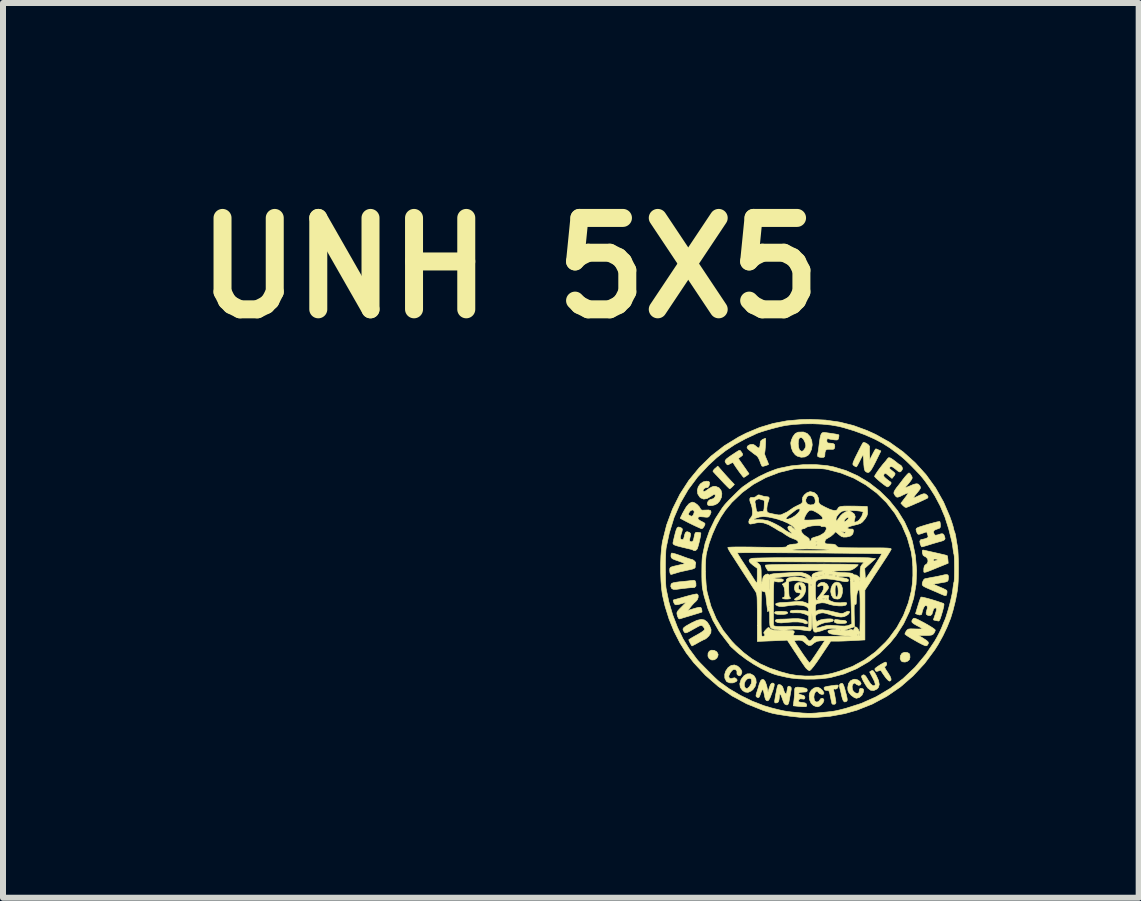
<source format=kicad_pcb>
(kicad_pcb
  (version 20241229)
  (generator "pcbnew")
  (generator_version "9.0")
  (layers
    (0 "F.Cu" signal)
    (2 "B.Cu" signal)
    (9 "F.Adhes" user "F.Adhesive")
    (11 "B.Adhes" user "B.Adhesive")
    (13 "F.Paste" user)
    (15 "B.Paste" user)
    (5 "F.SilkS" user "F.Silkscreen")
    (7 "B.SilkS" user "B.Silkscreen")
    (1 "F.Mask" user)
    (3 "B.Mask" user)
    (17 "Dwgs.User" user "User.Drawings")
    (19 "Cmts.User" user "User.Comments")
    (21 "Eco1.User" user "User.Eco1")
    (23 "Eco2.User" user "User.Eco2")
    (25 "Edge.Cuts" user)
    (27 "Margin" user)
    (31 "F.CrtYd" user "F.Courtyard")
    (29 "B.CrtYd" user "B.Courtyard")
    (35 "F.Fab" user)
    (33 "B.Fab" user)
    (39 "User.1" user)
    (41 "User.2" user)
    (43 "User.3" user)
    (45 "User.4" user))
  (footprint "UNH 5X5"
    (layer "F.Cu")
    (at 10.45 6.418)
    (property "Reference" "UNH 5X5" (at -5 -5 0) (layer "F.SilkS") (effects (font (size 1.524 1.524) (thickness 0.3))))
    (attr through_hole)
    (fp_poly (pts (xy -1.592 1.376) (xy -1.552 1.398) (xy -1.544 1.408) (xy -1.526 1.443) (xy -1.532 1.476) (xy -1.549 1.505) (xy -1.586 1.533) (xy -1.631 1.537) (xy -1.673 1.515) (xy -1.674 1.515) (xy -1.696 1.473) (xy -1.694 1.425) (xy -1.674 1.39) (xy -1.637 1.373) (xy -1.592 1.376)) (stroke (width 0.01) (type solid)) (fill yes) (layer "F.SilkS"))
    (fp_poly (pts (xy -0.476 0.725) (xy -0.414 0.728) (xy -0.38 0.734) (xy -0.367 0.744) (xy -0.371 0.759) (xy -0.372 0.761) (xy -0.393 0.77) (xy -0.435 0.776) (xy -0.485 0.777) (xy -0.533 0.775) (xy -0.569 0.768) (xy -0.579 0.762) (xy -0.585 0.742) (xy -0.567 0.73) (xy -0.524 0.725) (xy -0.476 0.725)) (stroke (width 0.01) (type solid)) (fill yes) (layer "F.SilkS"))
    (fp_poly (pts (xy 1.625 1.411) (xy 1.657 1.427) (xy 1.669 1.448) (xy 1.672 1.483) (xy 1.673 1.492) (xy 1.663 1.53) (xy 1.632 1.557) (xy 1.591 1.571) (xy 1.549 1.567) (xy 1.527 1.553) (xy 1.509 1.515) (xy 1.512 1.469) (xy 1.535 1.43) (xy 1.546 1.421) (xy 1.584 1.408) (xy 1.625 1.411)) (stroke (width 0.01) (type solid)) (fill yes) (layer "F.SilkS"))
    (fp_poly (pts (xy 0.464 0.865) (xy 0.515 0.873) (xy 0.559 0.875) (xy 0.594 0.88) (xy 0.616 0.896) (xy 0.614 0.915) (xy 0.612 0.917) (xy 0.589 0.925) (xy 0.547 0.929) (xy 0.498 0.929) (xy 0.454 0.924) (xy 0.448 0.922) (xy 0.42 0.911) (xy 0.412 0.901) (xy 0.413 0.875) (xy 0.413 0.871) (xy 0.426 0.861) (xy 0.464 0.865)) (stroke (width 0.01) (type solid)) (fill yes) (layer "F.SilkS"))
    (fp_poly (pts (xy -1.46 -1.614) (xy -1.41 -1.557) (xy -1.356 -1.498) (xy -1.322 -1.461) (xy -1.255 -1.39) (xy -1.289 -1.354) (xy -1.316 -1.329) (xy -1.333 -1.318) (xy -1.333 -1.318) (xy -1.347 -1.329) (xy -1.378 -1.359) (xy -1.421 -1.403) (xy -1.472 -1.457) (xy -1.523 -1.512) (xy -1.567 -1.558) (xy -1.598 -1.592) (xy -1.612 -1.607) (xy -1.608 -1.623) (xy -1.586 -1.649) (xy -1.577 -1.657) (xy -1.532 -1.696) (xy -1.46 -1.614)) (stroke (width 0.01) (type solid)) (fill yes) (layer "F.SilkS"))
    (fp_poly (pts (xy 0.544 1.926) (xy 0.557 1.941) (xy 0.572 1.975) (xy 0.589 2.032) (xy 0.611 2.115) (xy 0.612 2.118) (xy 0.624 2.173) (xy 0.627 2.205) (xy 0.62 2.222) (xy 0.616 2.225) (xy 0.585 2.237) (xy 0.565 2.222) (xy 0.558 2.211) (xy 0.544 2.174) (xy 0.534 2.135) (xy 0.524 2.089) (xy 0.51 2.033) (xy 0.506 2.019) (xy 0.496 1.973) (xy 0.498 1.949) (xy 0.51 1.935) (xy 0.529 1.926) (xy 0.544 1.926)) (stroke (width 0.01) (type solid)) (fill yes) (layer "F.SilkS"))
    (fp_poly (pts (xy -0.124 0.856) (xy -0.069 0.874) (xy -0.039 0.899) (xy -0.035 0.909) (xy -0.04 0.931) (xy -0.066 0.934) (xy -0.099 0.92) (xy -0.137 0.908) (xy -0.2 0.902) (xy -0.277 0.902) (xy -0.361 0.908) (xy -0.393 0.911) (xy -0.475 0.918) (xy -0.534 0.913) (xy -0.566 0.896) (xy -0.572 0.881) (xy -0.563 0.866) (xy -0.533 0.858) (xy -0.488 0.856) (xy -0.428 0.855) (xy -0.354 0.852) (xy -0.286 0.848) (xy -0.197 0.847) (xy -0.124 0.856)) (stroke (width 0.01) (type solid)) (fill yes) (layer "F.SilkS"))
    (fp_poly (pts (xy -1.911 0.215) (xy -1.901 0.238) (xy -1.897 0.254) (xy -1.896 0.301) (xy -1.918 0.327) (xy -1.953 0.331) (xy -1.983 0.331) (xy -2.037 0.336) (xy -2.11 0.344) (xy -2.194 0.355) (xy -2.223 0.359) (xy -2.27 0.359) (xy -2.298 0.347) (xy -2.316 0.311) (xy -2.311 0.274) (xy -2.298 0.258) (xy -2.273 0.249) (xy -2.226 0.24) (xy -2.167 0.232) (xy -2.159 0.232) (xy -2.09 0.225) (xy -2.023 0.218) (xy -1.974 0.212) (xy -1.932 0.208) (xy -1.911 0.215)) (stroke (width 0.01) (type solid)) (fill yes) (layer "F.SilkS"))
    (fp_poly (pts (xy 1.282 1.583) (xy 1.285 1.608) (xy 1.273 1.633) (xy 1.261 1.641) (xy 1.251 1.651) (xy 1.255 1.67) (xy 1.275 1.705) (xy 1.303 1.746) (xy 1.341 1.808) (xy 1.358 1.854) (xy 1.353 1.881) (xy 1.33 1.889) (xy 1.31 1.876) (xy 1.28 1.845) (xy 1.258 1.817) (xy 1.227 1.773) (xy 1.204 1.738) (xy 1.197 1.723) (xy 1.184 1.709) (xy 1.159 1.714) (xy 1.148 1.719) (xy 1.116 1.728) (xy 1.098 1.718) (xy 1.095 1.714) (xy 1.087 1.689) (xy 1.089 1.681) (xy 1.108 1.663) (xy 1.145 1.637) (xy 1.189 1.609) (xy 1.231 1.586) (xy 1.26 1.573) (xy 1.265 1.572) (xy 1.282 1.583)) (stroke (width 0.01) (type solid)) (fill yes) (layer "F.SilkS"))
    (fp_poly (pts (xy -0.937 1.793) (xy -0.928 1.801) (xy -0.897 1.852) (xy -0.891 1.913) (xy -0.908 1.975) (xy -0.946 2.03) (xy -0.975 2.053) (xy -1.029 2.077) (xy -1.08 2.07) (xy -1.119 2.044) (xy -1.157 1.993) (xy -1.165 1.932) (xy -1.09 1.932) (xy -1.089 1.974) (xy -1.076 1.997) (xy -1.057 2.013) (xy -1.04 2.011) (xy -1.014 1.99) (xy -1.005 1.982) (xy -0.974 1.931) (xy -0.968 1.894) (xy -0.972 1.858) (xy -0.987 1.844) (xy -1.008 1.841) (xy -1.045 1.855) (xy -1.074 1.889) (xy -1.09 1.932) (xy -1.165 1.932) (xy -1.165 1.932) (xy -1.144 1.864) (xy -1.139 1.855) (xy -1.095 1.799) (xy -1.044 1.768) (xy -0.989 1.766) (xy -0.937 1.793)) (stroke (width 0.01) (type solid)) (fill yes) (layer "F.SilkS"))
    (fp_poly (pts (xy 0.498 0.252) (xy 0.53 0.29) (xy 0.547 0.345) (xy 0.546 0.411) (xy 0.536 0.454) (xy 0.519 0.495) (xy 0.496 0.515) (xy 0.466 0.521) (xy 0.417 0.515) (xy 0.391 0.5) (xy 0.362 0.453) (xy 0.351 0.397) (xy 0.355 0.354) (xy 0.424 0.354) (xy 0.425 0.403) (xy 0.428 0.446) (xy 0.434 0.473) (xy 0.435 0.473) (xy 0.452 0.488) (xy 0.466 0.474) (xy 0.474 0.434) (xy 0.476 0.389) (xy 0.472 0.333) (xy 0.461 0.297) (xy 0.445 0.285) (xy 0.434 0.291) (xy 0.427 0.313) (xy 0.424 0.354) (xy 0.355 0.354) (xy 0.357 0.34) (xy 0.377 0.289) (xy 0.41 0.252) (xy 0.453 0.238) (xy 0.454 0.238) (xy 0.498 0.252)) (stroke (width 0.01) (type solid)) (fill yes) (layer "F.SilkS"))
    (fp_poly (pts (xy 0.47 1.956) (xy 0.476 1.962) (xy 0.476 1.971) (xy 0.465 2.004) (xy 0.437 2.022) (xy 0.416 2.02) (xy 0.401 2.019) (xy 0.4 2.038) (xy 0.404 2.057) (xy 0.414 2.102) (xy 0.42 2.135) (xy 0.427 2.174) (xy 0.435 2.217) (xy 0.438 2.253) (xy 0.425 2.27) (xy 0.412 2.275) (xy 0.383 2.274) (xy 0.372 2.265) (xy 0.366 2.241) (xy 0.356 2.195) (xy 0.345 2.143) (xy 0.334 2.088) (xy 0.323 2.057) (xy 0.309 2.045) (xy 0.29 2.045) (xy 0.29 2.045) (xy 0.256 2.039) (xy 0.244 2.024) (xy 0.239 2) (xy 0.253 1.986) (xy 0.293 1.977) (xy 0.295 1.976) (xy 0.373 1.964) (xy 0.424 1.957) (xy 0.455 1.955) (xy 0.47 1.956)) (stroke (width 0.01) (type solid)) (fill yes) (layer "F.SilkS"))
    (fp_poly (pts (xy -1.201 1.639) (xy -1.168 1.668) (xy -1.138 1.707) (xy -1.129 1.736) (xy -1.137 1.765) (xy -1.144 1.779) (xy -1.163 1.801) (xy -1.19 1.794) (xy -1.191 1.794) (xy -1.212 1.771) (xy -1.212 1.754) (xy -1.213 1.721) (xy -1.236 1.697) (xy -1.268 1.693) (xy -1.296 1.713) (xy -1.325 1.751) (xy -1.345 1.792) (xy -1.349 1.815) (xy -1.337 1.841) (xy -1.307 1.847) (xy -1.28 1.838) (xy -1.248 1.833) (xy -1.224 1.849) (xy -1.208 1.871) (xy -1.216 1.887) (xy -1.229 1.898) (xy -1.278 1.918) (xy -1.332 1.918) (xy -1.379 1.899) (xy -1.389 1.889) (xy -1.415 1.838) (xy -1.416 1.774) (xy -1.4 1.722) (xy -1.36 1.663) (xy -1.309 1.628) (xy -1.255 1.619) (xy -1.201 1.639)) (stroke (width 0.01) (type solid)) (fill yes) (layer "F.SilkS"))
    (fp_poly (pts (xy -1.157 -1.956) (xy -1.136 -1.928) (xy -1.135 -1.927) (xy -1.117 -1.896) (xy -1.12 -1.877) (xy -1.146 -1.855) (xy -1.148 -1.854) (xy -1.19 -1.824) (xy -1.1 -1.696) (xy -1.011 -1.568) (xy -1.049 -1.538) (xy -1.08 -1.517) (xy -1.098 -1.508) (xy -1.112 -1.52) (xy -1.138 -1.553) (xy -1.173 -1.599) (xy -1.189 -1.622) (xy -1.226 -1.674) (xy -1.255 -1.718) (xy -1.272 -1.746) (xy -1.274 -1.751) (xy -1.289 -1.754) (xy -1.32 -1.74) (xy -1.324 -1.738) (xy -1.356 -1.719) (xy -1.373 -1.718) (xy -1.389 -1.736) (xy -1.391 -1.738) (xy -1.405 -1.759) (xy -1.411 -1.777) (xy -1.405 -1.795) (xy -1.385 -1.818) (xy -1.347 -1.847) (xy -1.289 -1.887) (xy -1.208 -1.94) (xy -1.205 -1.942) (xy -1.175 -1.959) (xy -1.157 -1.956)) (stroke (width 0.01) (type solid)) (fill yes) (layer "F.SilkS"))
    (fp_poly (pts (xy -0.126 0.248) (xy -0.09 0.273) (xy -0.07 0.315) (xy -0.066 0.367) (xy -0.08 0.423) (xy -0.112 0.477) (xy -0.152 0.516) (xy -0.184 0.532) (xy -0.22 0.539) (xy -0.247 0.536) (xy -0.254 0.526) (xy -0.241 0.511) (xy -0.215 0.495) (xy -0.179 0.471) (xy -0.16 0.447) (xy -0.153 0.425) (xy -0.168 0.417) (xy -0.185 0.417) (xy -0.227 0.405) (xy -0.249 0.37) (xy -0.254 0.333) (xy -0.251 0.32) (xy -0.187 0.32) (xy -0.184 0.355) (xy -0.164 0.369) (xy -0.139 0.373) (xy -0.132 0.365) (xy -0.137 0.337) (xy -0.141 0.325) (xy -0.156 0.288) (xy -0.172 0.28) (xy -0.184 0.303) (xy -0.187 0.32) (xy -0.251 0.32) (xy -0.245 0.283) (xy -0.215 0.255) (xy -0.178 0.244) (xy -0.126 0.248)) (stroke (width 0.01) (type solid)) (fill yes) (layer "F.SilkS"))
    (fp_poly (pts (xy 0.144 1.993) (xy 0.181 2.013) (xy 0.215 2.045) (xy 0.236 2.079) (xy 0.238 2.091) (xy 0.227 2.108) (xy 0.199 2.11) (xy 0.168 2.099) (xy 0.146 2.078) (xy 0.128 2.055) (xy 0.111 2.059) (xy 0.096 2.071) (xy 0.077 2.106) (xy 0.07 2.155) (xy 0.078 2.204) (xy 0.086 2.22) (xy 0.111 2.237) (xy 0.143 2.233) (xy 0.166 2.21) (xy 0.167 2.207) (xy 0.186 2.181) (xy 0.212 2.175) (xy 0.233 2.188) (xy 0.238 2.207) (xy 0.226 2.243) (xy 0.196 2.281) (xy 0.159 2.309) (xy 0.132 2.317) (xy 0.097 2.309) (xy 0.062 2.294) (xy 0.024 2.257) (xy -0.001 2.201) (xy -0.008 2.136) (xy 0.000402 2.086) (xy 0.028 2.039) (xy 0.071 2.005) (xy 0.118 1.99) (xy 0.144 1.993)) (stroke (width 0.01) (type solid)) (fill yes) (layer "F.SilkS"))
    (fp_poly (pts (xy 1.064 1.72) (xy 1.084 1.748) (xy 1.112 1.798) (xy 1.149 1.88) (xy 1.16 1.944) (xy 1.147 1.993) (xy 1.123 2.02) (xy 1.069 2.046) (xy 1.017 2.041) (xy 0.97 2.005) (xy 0.963 1.996) (xy 0.931 1.949) (xy 0.898 1.892) (xy 0.889 1.875) (xy 0.869 1.831) (xy 0.865 1.806) (xy 0.876 1.792) (xy 0.876 1.792) (xy 0.899 1.783) (xy 0.92 1.791) (xy 0.944 1.819) (xy 0.976 1.873) (xy 0.977 1.875) (xy 1.016 1.934) (xy 1.051 1.963) (xy 1.06 1.966) (xy 1.087 1.962) (xy 1.094 1.939) (xy 1.081 1.894) (xy 1.048 1.828) (xy 1.047 1.827) (xy 1.023 1.781) (xy 1.006 1.748) (xy 1 1.736) (xy 1.012 1.726) (xy 1.03 1.716) (xy 1.047 1.711) (xy 1.064 1.72)) (stroke (width 0.01) (type solid)) (fill yes) (layer "F.SilkS"))
    (fp_poly (pts (xy 0.8 1.868) (xy 0.838 1.893) (xy 0.857 1.926) (xy 0.857 1.932) (xy 0.845 1.953) (xy 0.817 1.959) (xy 0.788 1.948) (xy 0.783 1.945) (xy 0.759 1.925) (xy 0.747 1.921) (xy 0.725 1.934) (xy 0.71 1.964) (xy 0.708 1.984) (xy 0.712 2.019) (xy 0.713 2.027) (xy 0.729 2.059) (xy 0.762 2.086) (xy 0.795 2.095) (xy 0.82 2.085) (xy 0.826 2.058) (xy 0.831 2.021) (xy 0.85 2.008) (xy 0.875 2.012) (xy 0.896 2.023) (xy 0.9 2.049) (xy 0.896 2.07) (xy 0.872 2.124) (xy 0.829 2.161) (xy 0.78 2.175) (xy 0.745 2.163) (xy 0.702 2.133) (xy 0.689 2.121) (xy 0.654 2.08) (xy 0.638 2.042) (xy 0.635 1.997) (xy 0.647 1.93) (xy 0.68 1.883) (xy 0.732 1.859) (xy 0.757 1.857) (xy 0.8 1.868)) (stroke (width 0.01) (type solid)) (fill yes) (layer "F.SilkS"))
    (fp_poly (pts (xy -0.764 1.866) (xy -0.739 1.901) (xy -0.717 1.964) (xy -0.713 1.982) (xy -0.694 2.072) (xy -0.672 1.996) (xy -0.654 1.948) (xy -0.635 1.925) (xy -0.619 1.921) (xy -0.599 1.925) (xy -0.59 1.942) (xy -0.594 1.975) (xy -0.609 2.029) (xy -0.633 2.094) (xy -0.658 2.16) (xy -0.679 2.199) (xy -0.696 2.217) (xy -0.715 2.215) (xy -0.724 2.21) (xy -0.738 2.189) (xy -0.75 2.148) (xy -0.754 2.127) (xy -0.766 2.066) (xy -0.778 2.035) (xy -0.791 2.035) (xy -0.806 2.064) (xy -0.817 2.093) (xy -0.834 2.14) (xy -0.847 2.161) (xy -0.863 2.163) (xy -0.874 2.159) (xy -0.891 2.147) (xy -0.895 2.13) (xy -0.889 2.099) (xy -0.879 2.068) (xy -0.86 2.008) (xy -0.843 1.948) (xy -0.838 1.931) (xy -0.816 1.88) (xy -0.791 1.859) (xy -0.764 1.866)) (stroke (width 0.01) (type solid)) (fill yes) (layer "F.SilkS"))
    (fp_poly (pts (xy -0.041 -2.24) (xy 0.007 -2.188) (xy 0.035 -2.122) (xy 0.043 -2.05) (xy 0.03 -1.974) (xy -0.001 -1.907) (xy -0.025 -1.879) (xy -0.078 -1.849) (xy -0.142 -1.844) (xy -0.205 -1.862) (xy -0.24 -1.885) (xy -0.279 -1.935) (xy -0.306 -2.003) (xy -0.314 -2.067) (xy -0.191 -2.067) (xy -0.185 -2.014) (xy -0.173 -1.972) (xy -0.165 -1.961) (xy -0.134 -1.942) (xy -0.107 -1.952) (xy -0.08 -1.989) (xy -0.066 -2.019) (xy -0.065 -2.049) (xy -0.077 -2.092) (xy -0.08 -2.099) (xy -0.104 -2.146) (xy -0.132 -2.172) (xy -0.16 -2.172) (xy -0.176 -2.157) (xy -0.188 -2.119) (xy -0.191 -2.067) (xy -0.314 -2.067) (xy -0.315 -2.074) (xy -0.314 -2.092) (xy -0.303 -2.134) (xy -0.281 -2.183) (xy -0.275 -2.194) (xy -0.241 -2.238) (xy -0.199 -2.26) (xy -0.184 -2.263) (xy -0.104 -2.265) (xy -0.041 -2.24)) (stroke (width 0.01) (type solid)) (fill yes) (layer "F.SilkS"))
    (fp_poly (pts (xy -0.734 -2.145) (xy -0.734 -2.108) (xy -0.736 -2.058) (xy -0.74 -2.004) (xy -0.744 -1.955) (xy -0.749 -1.92) (xy -0.753 -1.909) (xy -0.75 -1.892) (xy -0.737 -1.855) (xy -0.72 -1.814) (xy -0.7 -1.768) (xy -0.688 -1.734) (xy -0.686 -1.723) (xy -0.703 -1.716) (xy -0.737 -1.703) (xy -0.743 -1.702) (xy -0.779 -1.692) (xy -0.797 -1.698) (xy -0.81 -1.726) (xy -0.811 -1.727) (xy -0.835 -1.792) (xy -0.855 -1.834) (xy -0.874 -1.861) (xy -0.897 -1.88) (xy -0.9 -1.881) (xy -0.939 -1.909) (xy -0.965 -1.93) (xy -1.001 -1.958) (xy -1.023 -1.974) (xy -1.044 -2.002) (xy -1.037 -2.029) (xy -1.003 -2.051) (xy -0.985 -2.056) (xy -0.945 -2.059) (xy -0.913 -2.043) (xy -0.893 -2.025) (xy -0.86 -2) (xy -0.839 -2.003) (xy -0.828 -2.036) (xy -0.826 -2.073) (xy -0.817 -2.114) (xy -0.788 -2.139) (xy -0.785 -2.141) (xy -0.753 -2.154) (xy -0.736 -2.159) (xy -0.734 -2.145)) (stroke (width 0.01) (type solid)) (fill yes) (layer "F.SilkS"))
    (fp_poly (pts (xy -0.148 1.993) (xy -0.126 1.996) (xy -0.075 2.005) (xy -0.049 2.017) (xy -0.04 2.034) (xy -0.04 2.04) (xy -0.045 2.06) (xy -0.065 2.069) (xy -0.108 2.072) (xy -0.11 2.072) (xy -0.158 2.076) (xy -0.183 2.088) (xy -0.18 2.102) (xy -0.15 2.115) (xy -0.136 2.118) (xy -0.096 2.13) (xy -0.08 2.151) (xy -0.079 2.162) (xy -0.084 2.184) (xy -0.105 2.189) (xy -0.126 2.185) (xy -0.163 2.184) (xy -0.181 2.201) (xy -0.182 2.202) (xy -0.187 2.223) (xy -0.178 2.235) (xy -0.147 2.242) (xy -0.117 2.245) (xy -0.075 2.253) (xy -0.055 2.269) (xy -0.05 2.284) (xy -0.051 2.306) (xy -0.067 2.315) (xy -0.106 2.315) (xy -0.163 2.312) (xy -0.218 2.306) (xy -0.22 2.306) (xy -0.273 2.3) (xy -0.261 2.202) (xy -0.255 2.139) (xy -0.252 2.081) (xy -0.251 2.051) (xy -0.249 2.015) (xy -0.235 1.995) (xy -0.203 1.989) (xy -0.148 1.993)) (stroke (width 0.01) (type solid)) (fill yes) (layer "F.SilkS"))
    (fp_poly (pts (xy 1.909 -0.294) (xy 1.939 -0.287) (xy 1.991 -0.275) (xy 2.059 -0.26) (xy 2.117 -0.247) (xy 2.186 -0.231) (xy 2.243 -0.218) (xy 2.282 -0.208) (xy 2.294 -0.203) (xy 2.299 -0.186) (xy 2.304 -0.148) (xy 2.305 -0.137) (xy 2.31 -0.077) (xy 2.135 -0.006) (xy 2.048 0.03) (xy 1.987 0.054) (xy 1.946 0.069) (xy 1.921 0.075) (xy 1.909 0.075) (xy 1.904 0.069) (xy 1.903 0.061) (xy 1.903 0.013) (xy 1.911 -0.026) (xy 1.923 -0.045) (xy 1.923 -0.045) (xy 1.959 -0.072) (xy 1.973 -0.11) (xy 1.97 -0.133) (xy 2.064 -0.133) (xy 2.068 -0.116) (xy 2.088 -0.115) (xy 2.119 -0.126) (xy 2.138 -0.135) (xy 2.129 -0.141) (xy 2.107 -0.146) (xy 2.073 -0.147) (xy 2.064 -0.133) (xy 1.97 -0.133) (xy 1.967 -0.15) (xy 1.939 -0.18) (xy 1.925 -0.187) (xy 1.893 -0.207) (xy 1.88 -0.247) (xy 1.879 -0.251) (xy 1.878 -0.285) (xy 1.888 -0.297) (xy 1.909 -0.294)) (stroke (width 0.01) (type solid)) (fill yes) (layer "F.SilkS"))
    (fp_poly (pts (xy 2.308 0.122) (xy 2.314 0.146) (xy 2.313 0.17) (xy 2.309 0.207) (xy 2.296 0.226) (xy 2.266 0.236) (xy 2.238 0.241) (xy 2.18 0.251) (xy 2.124 0.261) (xy 2.112 0.263) (xy 2.058 0.272) (xy 2.167 0.319) (xy 2.221 0.342) (xy 2.263 0.363) (xy 2.285 0.376) (xy 2.286 0.377) (xy 2.291 0.4) (xy 2.287 0.431) (xy 2.277 0.46) (xy 2.257 0.463) (xy 2.24 0.458) (xy 2.198 0.441) (xy 2.153 0.421) (xy 2.11 0.402) (xy 2.053 0.378) (xy 2.016 0.362) (xy 1.949 0.333) (xy 1.906 0.312) (xy 1.883 0.293) (xy 1.876 0.274) (xy 1.879 0.249) (xy 1.883 0.237) (xy 1.899 0.201) (xy 1.919 0.182) (xy 1.921 0.182) (xy 1.952 0.176) (xy 1.996 0.167) (xy 2 0.166) (xy 2.048 0.157) (xy 2.086 0.151) (xy 2.088 0.15) (xy 2.122 0.144) (xy 2.172 0.133) (xy 2.191 0.129) (xy 2.253 0.115) (xy 2.29 0.112) (xy 2.308 0.122)) (stroke (width 0.01) (type solid)) (fill yes) (layer "F.SilkS"))
    (fp_poly (pts (xy -1.859 0.457) (xy -1.859 0.492) (xy -1.873 0.531) (xy -1.896 0.558) (xy -1.93 0.589) (xy -1.969 0.632) (xy -1.983 0.65) (xy -2.032 0.711) (xy -1.957 0.688) (xy -1.89 0.668) (xy -1.846 0.658) (xy -1.821 0.658) (xy -1.808 0.669) (xy -1.8 0.691) (xy -1.795 0.723) (xy -1.796 0.737) (xy -1.813 0.743) (xy -1.853 0.756) (xy -1.912 0.774) (xy -1.974 0.793) (xy -2.045 0.814) (xy -2.105 0.832) (xy -2.149 0.846) (xy -2.167 0.852) (xy -2.186 0.844) (xy -2.204 0.805) (xy -2.205 0.799) (xy -2.213 0.767) (xy -2.212 0.743) (xy -2.198 0.718) (xy -2.168 0.684) (xy -2.14 0.656) (xy -2.058 0.573) (xy -2.135 0.596) (xy -2.195 0.613) (xy -2.232 0.616) (xy -2.253 0.604) (xy -2.268 0.573) (xy -2.276 0.541) (xy -2.265 0.533) (xy -2.254 0.53) (xy -2.23 0.524) (xy -2.182 0.511) (xy -2.119 0.493) (xy -2.064 0.477) (xy -1.994 0.458) (xy -1.935 0.444) (xy -1.893 0.436) (xy -1.877 0.436) (xy -1.859 0.457)) (stroke (width 0.01) (type solid)) (fill yes) (layer "F.SilkS"))
    (fp_poly (pts (xy -1.684 -1.441) (xy -1.669 -1.425) (xy -1.672 -1.389) (xy -1.677 -1.37) (xy -1.696 -1.341) (xy -1.718 -1.338) (xy -1.747 -1.331) (xy -1.77 -1.31) (xy -1.778 -1.286) (xy -1.773 -1.275) (xy -1.752 -1.274) (xy -1.734 -1.283) (xy -1.675 -1.324) (xy -1.633 -1.348) (xy -1.602 -1.359) (xy -1.574 -1.359) (xy -1.566 -1.358) (xy -1.512 -1.335) (xy -1.478 -1.292) (xy -1.464 -1.237) (xy -1.471 -1.176) (xy -1.5 -1.115) (xy -1.536 -1.075) (xy -1.576 -1.052) (xy -1.625 -1.039) (xy -1.672 -1.037) (xy -1.695 -1.045) (xy -1.707 -1.068) (xy -1.699 -1.1) (xy -1.677 -1.128) (xy -1.648 -1.143) (xy -1.642 -1.143) (xy -1.602 -1.155) (xy -1.577 -1.185) (xy -1.574 -1.215) (xy -1.582 -1.227) (xy -1.6 -1.223) (xy -1.634 -1.201) (xy -1.647 -1.192) (xy -1.712 -1.155) (xy -1.766 -1.146) (xy -1.814 -1.165) (xy -1.834 -1.182) (xy -1.866 -1.233) (xy -1.873 -1.292) (xy -1.858 -1.35) (xy -1.824 -1.399) (xy -1.776 -1.433) (xy -1.721 -1.445) (xy -1.684 -1.441)) (stroke (width 0.01) (type solid)) (fill yes) (layer "F.SilkS"))
    (fp_poly (pts (xy -0.482 1.953) (xy -0.452 1.981) (xy -0.438 2.021) (xy -0.425 2.064) (xy -0.408 2.093) (xy -0.407 2.094) (xy -0.392 2.099) (xy -0.383 2.082) (xy -0.377 2.047) (xy -0.369 1.999) (xy -0.359 1.976) (xy -0.343 1.973) (xy -0.327 1.978) (xy -0.308 1.997) (xy -0.308 2.03) (xy -0.315 2.067) (xy -0.325 2.123) (xy -0.335 2.179) (xy -0.346 2.237) (xy -0.357 2.27) (xy -0.371 2.284) (xy -0.382 2.286) (xy -0.413 2.273) (xy -0.426 2.258) (xy -0.44 2.225) (xy -0.457 2.179) (xy -0.459 2.171) (xy -0.477 2.125) (xy -0.492 2.105) (xy -0.501 2.112) (xy -0.503 2.124) (xy -0.509 2.187) (xy -0.517 2.224) (xy -0.53 2.243) (xy -0.55 2.251) (xy -0.553 2.251) (xy -0.576 2.252) (xy -0.584 2.239) (xy -0.582 2.204) (xy -0.58 2.196) (xy -0.573 2.15) (xy -0.567 2.115) (xy -0.566 2.111) (xy -0.56 2.081) (xy -0.551 2.035) (xy -0.548 2.02) (xy -0.537 1.971) (xy -0.525 1.949) (xy -0.505 1.946) (xy -0.482 1.953)) (stroke (width 0.01) (type solid)) (fill yes) (layer "F.SilkS"))
    (fp_poly (pts (xy 0.258 -2.256) (xy 0.279 -2.253) (xy 0.322 -2.247) (xy 0.375 -2.239) (xy 0.429 -2.231) (xy 0.469 -2.223) (xy 0.487 -2.217) (xy 0.488 -2.199) (xy 0.483 -2.168) (xy 0.474 -2.142) (xy 0.457 -2.132) (xy 0.421 -2.133) (xy 0.405 -2.135) (xy 0.356 -2.142) (xy 0.318 -2.15) (xy 0.311 -2.153) (xy 0.292 -2.152) (xy 0.286 -2.128) (xy 0.286 -2.121) (xy 0.29 -2.092) (xy 0.309 -2.081) (xy 0.337 -2.079) (xy 0.389 -2.074) (xy 0.415 -2.056) (xy 0.419 -2.022) (xy 0.418 -2.013) (xy 0.41 -1.987) (xy 0.392 -1.976) (xy 0.356 -1.976) (xy 0.344 -1.977) (xy 0.294 -1.977) (xy 0.266 -1.96) (xy 0.255 -1.921) (xy 0.254 -1.893) (xy 0.251 -1.858) (xy 0.236 -1.844) (xy 0.199 -1.841) (xy 0.16 -1.846) (xy 0.136 -1.856) (xy 0.135 -1.858) (xy 0.131 -1.885) (xy 0.134 -1.901) (xy 0.141 -1.934) (xy 0.148 -1.982) (xy 0.151 -2) (xy 0.163 -2.098) (xy 0.174 -2.169) (xy 0.186 -2.216) (xy 0.201 -2.244) (xy 0.22 -2.256) (xy 0.245 -2.258) (xy 0.258 -2.256)) (stroke (width 0.01) (type solid)) (fill yes) (layer "F.SilkS"))
    (fp_poly (pts (xy 0.917 -2.089) (xy 0.951 -2.073) (xy 0.982 -2.049) (xy 0.999 -2.025) (xy 0.999 -2.019) (xy 0.998 -1.989) (xy 0.998 -1.94) (xy 0.999 -1.897) (xy 1.002 -1.802) (xy 1.049 -1.893) (xy 1.074 -1.94) (xy 1.093 -1.973) (xy 1.103 -1.984) (xy 1.121 -1.979) (xy 1.149 -1.966) (xy 1.188 -1.949) (xy 1.099 -1.768) (xy 1.057 -1.687) (xy 1.025 -1.633) (xy 0.999 -1.601) (xy 0.977 -1.589) (xy 0.953 -1.594) (xy 0.932 -1.607) (xy 0.918 -1.627) (xy 0.909 -1.664) (xy 0.903 -1.724) (xy 0.902 -1.756) (xy 0.899 -1.815) (xy 0.894 -1.859) (xy 0.89 -1.88) (xy 0.889 -1.881) (xy 0.878 -1.865) (xy 0.858 -1.828) (xy 0.834 -1.779) (xy 0.809 -1.731) (xy 0.789 -1.696) (xy 0.778 -1.683) (xy 0.778 -1.683) (xy 0.759 -1.691) (xy 0.737 -1.705) (xy 0.725 -1.716) (xy 0.72 -1.729) (xy 0.723 -1.75) (xy 0.736 -1.784) (xy 0.76 -1.837) (xy 0.794 -1.905) (xy 0.828 -1.973) (xy 0.858 -2.031) (xy 0.88 -2.071) (xy 0.892 -2.089) (xy 0.893 -2.09) (xy 0.917 -2.089)) (stroke (width 0.01) (type solid)) (fill yes) (layer "F.SilkS"))
    (fp_poly (pts (xy -2.282 -0.244) (xy -2.24 -0.233) (xy -2.182 -0.214) (xy -2.14 -0.199) (xy -2.076 -0.175) (xy -2.022 -0.156) (xy -1.986 -0.145) (xy -1.976 -0.143) (xy -1.947 -0.134) (xy -1.918 -0.112) (xy -1.9 -0.088) (xy -1.9 -0.074) (xy -1.908 -0.044) (xy -1.908 -0.022) (xy -1.909 -0.005) (xy -1.922 0.008) (xy -1.952 0.02) (xy -2.006 0.033) (xy -2.027 0.037) (xy -2.089 0.051) (xy -2.14 0.062) (xy -2.172 0.07) (xy -2.175 0.071) (xy -2.206 0.08) (xy -2.249 0.093) (xy -2.254 0.094) (xy -2.292 0.106) (xy -2.309 0.11) (xy -2.317 0.107) (xy -2.323 0.101) (xy -2.33 0.079) (xy -2.334 0.04) (xy -2.334 0.04) (xy -2.332 0.011) (xy -2.321 -0.007) (xy -2.294 -0.019) (xy -2.244 -0.032) (xy -2.242 -0.032) (xy -2.187 -0.045) (xy -2.141 -0.055) (xy -2.12 -0.059) (xy -2.095 -0.065) (xy -2.089 -0.072) (xy -2.107 -0.084) (xy -2.151 -0.1) (xy -2.193 -0.115) (xy -2.253 -0.136) (xy -2.288 -0.152) (xy -2.306 -0.169) (xy -2.312 -0.19) (xy -2.313 -0.195) (xy -2.31 -0.23) (xy -2.302 -0.246) (xy -2.282 -0.244)) (stroke (width 0.01) (type solid)) (fill yes) (layer "F.SilkS"))
    (fp_poly (pts (xy -1.754 0.869) (xy -1.709 0.903) (xy -1.669 0.964) (xy -1.668 0.966) (xy -1.644 1.031) (xy -1.648 1.086) (xy -1.68 1.135) (xy -1.687 1.142) (xy -1.719 1.172) (xy -1.743 1.189) (xy -1.748 1.191) (xy -1.766 1.198) (xy -1.804 1.217) (xy -1.854 1.244) (xy -1.857 1.246) (xy -1.906 1.274) (xy -1.944 1.293) (xy -1.961 1.302) (xy -1.962 1.302) (xy -1.972 1.289) (xy -1.99 1.259) (xy -1.992 1.255) (xy -2.008 1.221) (xy -2.016 1.201) (xy -2.016 1.2) (xy -2.003 1.19) (xy -1.968 1.168) (xy -1.918 1.139) (xy -1.89 1.124) (xy -1.832 1.091) (xy -1.786 1.061) (xy -1.759 1.039) (xy -1.754 1.033) (xy -1.757 1.006) (xy -1.776 0.979) (xy -1.792 0.965) (xy -1.807 0.96) (xy -1.829 0.964) (xy -1.863 0.98) (xy -1.917 1.01) (xy -1.939 1.022) (xy -2.001 1.057) (xy -2.041 1.077) (xy -2.065 1.084) (xy -2.081 1.081) (xy -2.091 1.069) (xy -2.108 1.042) (xy -2.112 1.02) (xy -2.099 0.998) (xy -2.067 0.973) (xy -2.012 0.941) (xy -1.964 0.915) (xy -1.878 0.875) (xy -1.809 0.859) (xy -1.754 0.869)) (stroke (width 0.01) (type solid)) (fill yes) (layer "F.SilkS"))
    (fp_poly (pts (xy 1.77 0.847) (xy 1.808 0.864) (xy 1.866 0.894) (xy 1.919 0.922) (xy 1.985 0.96) (xy 2.041 0.994) (xy 2.079 1.021) (xy 2.095 1.037) (xy 2.095 1.038) (xy 2.087 1.064) (xy 2.071 1.092) (xy 2.054 1.111) (xy 2.03 1.121) (xy 1.99 1.126) (xy 1.932 1.128) (xy 1.818 1.128) (xy 1.901 1.179) (xy 1.951 1.212) (xy 1.976 1.236) (xy 1.98 1.259) (xy 1.966 1.285) (xy 1.963 1.288) (xy 1.953 1.298) (xy 1.937 1.3) (xy 1.911 1.292) (xy 1.871 1.274) (xy 1.81 1.242) (xy 1.766 1.217) (xy 1.699 1.179) (xy 1.643 1.145) (xy 1.605 1.119) (xy 1.588 1.104) (xy 1.588 1.103) (xy 1.596 1.079) (xy 1.613 1.05) (xy 1.629 1.032) (xy 1.648 1.021) (xy 1.681 1.017) (xy 1.733 1.018) (xy 1.762 1.019) (xy 1.82 1.02) (xy 1.861 1.019) (xy 1.88 1.016) (xy 1.881 1.015) (xy 1.865 1.004) (xy 1.828 0.983) (xy 1.787 0.962) (xy 1.734 0.932) (xy 1.707 0.908) (xy 1.703 0.885) (xy 1.719 0.856) (xy 1.721 0.853) (xy 1.731 0.843) (xy 1.746 0.84) (xy 1.77 0.847)) (stroke (width 0.01) (type solid)) (fill yes) (layer "F.SilkS"))
    (fp_poly (pts (xy 1.874 0.488) (xy 1.916 0.497) (xy 1.975 0.512) (xy 2.044 0.532) (xy 2.118 0.555) (xy 2.19 0.579) (xy 2.233 0.594) (xy 2.24 0.609) (xy 2.235 0.647) (xy 2.219 0.711) (xy 2.214 0.729) (xy 2.192 0.802) (xy 2.176 0.85) (xy 2.164 0.876) (xy 2.153 0.886) (xy 2.146 0.887) (xy 2.123 0.882) (xy 2.099 0.878) (xy 2.072 0.871) (xy 2.064 0.867) (xy 2.068 0.85) (xy 2.081 0.813) (xy 2.094 0.774) (xy 2.109 0.725) (xy 2.116 0.689) (xy 2.115 0.676) (xy 2.09 0.666) (xy 2.068 0.684) (xy 2.055 0.722) (xy 2.039 0.773) (xy 2.014 0.797) (xy 1.976 0.794) (xy 1.971 0.792) (xy 1.944 0.774) (xy 1.942 0.745) (xy 1.943 0.742) (xy 1.955 0.697) (xy 1.962 0.673) (xy 1.96 0.641) (xy 1.945 0.629) (xy 1.923 0.632) (xy 1.903 0.66) (xy 1.896 0.674) (xy 1.881 0.717) (xy 1.873 0.749) (xy 1.873 0.753) (xy 1.862 0.781) (xy 1.831 0.786) (xy 1.805 0.779) (xy 1.765 0.764) (xy 1.805 0.632) (xy 1.824 0.571) (xy 1.841 0.522) (xy 1.854 0.492) (xy 1.856 0.488) (xy 1.874 0.488)) (stroke (width 0.01) (type solid)) (fill yes) (layer "F.SilkS"))
    (fp_poly (pts (xy -1.915 -1.083) (xy -1.874 -1.054) (xy -1.839 -1.016) (xy -1.826 -0.992) (xy -1.813 -0.97) (xy -1.79 -0.961) (xy -1.748 -0.963) (xy -1.743 -0.963) (xy -1.683 -0.965) (xy -1.651 -0.954) (xy -1.644 -0.928) (xy -1.659 -0.889) (xy -1.676 -0.86) (xy -1.694 -0.846) (xy -1.723 -0.844) (xy -1.769 -0.849) (xy -1.82 -0.853) (xy -1.849 -0.85) (xy -1.862 -0.837) (xy -1.863 -0.834) (xy -1.86 -0.813) (xy -1.832 -0.79) (xy -1.804 -0.775) (xy -1.763 -0.754) (xy -1.746 -0.739) (xy -1.747 -0.719) (xy -1.758 -0.696) (xy -1.779 -0.665) (xy -1.798 -0.652) (xy -1.799 -0.652) (xy -1.821 -0.659) (xy -1.863 -0.678) (xy -1.92 -0.704) (xy -1.953 -0.72) (xy -2.016 -0.751) (xy -2.072 -0.78) (xy -2.112 -0.801) (xy -2.123 -0.807) (xy -2.159 -0.827) (xy -2.122 -0.901) (xy -2.023 -0.901) (xy -2.019 -0.885) (xy -2.004 -0.874) (xy -1.971 -0.86) (xy -1.951 -0.868) (xy -1.936 -0.89) (xy -1.924 -0.932) (xy -1.934 -0.959) (xy -1.959 -0.966) (xy -1.99 -0.95) (xy -2.006 -0.929) (xy -2.023 -0.901) (xy -2.122 -0.901) (xy -2.104 -0.936) (xy -2.056 -1.018) (xy -2.011 -1.07) (xy -1.966 -1.094) (xy -1.951 -1.095) (xy -1.915 -1.083)) (stroke (width 0.01) (type solid)) (fill yes) (layer "F.SilkS"))
    (fp_poly (pts (xy -2.16 -0.675) (xy -2.143 -0.667) (xy -2.127 -0.656) (xy -2.122 -0.64) (xy -2.128 -0.61) (xy -2.14 -0.571) (xy -2.154 -0.522) (xy -2.157 -0.495) (xy -2.149 -0.48) (xy -2.143 -0.476) (xy -2.119 -0.468) (xy -2.103 -0.481) (xy -2.091 -0.521) (xy -2.088 -0.54) (xy -2.072 -0.587) (xy -2.046 -0.604) (xy -2.008 -0.592) (xy -2.001 -0.588) (xy -1.987 -0.572) (xy -1.986 -0.545) (xy -1.994 -0.51) (xy -2.003 -0.467) (xy -2 -0.446) (xy -1.988 -0.437) (xy -1.96 -0.434) (xy -1.941 -0.456) (xy -1.931 -0.492) (xy -1.92 -0.547) (xy -1.91 -0.578) (xy -1.897 -0.591) (xy -1.876 -0.593) (xy -1.865 -0.592) (xy -1.831 -0.588) (xy -1.815 -0.582) (xy -1.815 -0.564) (xy -1.821 -0.525) (xy -1.832 -0.472) (xy -1.845 -0.415) (xy -1.859 -0.363) (xy -1.871 -0.325) (xy -1.876 -0.314) (xy -1.9 -0.29) (xy -1.929 -0.287) (xy -1.94 -0.294) (xy -1.961 -0.304) (xy -1.978 -0.309) (xy -2.084 -0.334) (xy -2.162 -0.353) (xy -2.217 -0.368) (xy -2.253 -0.381) (xy -2.272 -0.394) (xy -2.279 -0.406) (xy -2.279 -0.418) (xy -2.272 -0.45) (xy -2.26 -0.502) (xy -2.245 -0.563) (xy -2.244 -0.568) (xy -2.226 -0.631) (xy -2.209 -0.668) (xy -2.188 -0.681) (xy -2.16 -0.675)) (stroke (width 0.01) (type solid)) (fill yes) (layer "F.SilkS"))
    (fp_poly (pts (xy 2.176 -0.752) (xy 2.18 -0.715) (xy 2.18 -0.713) (xy 2.179 -0.678) (xy 2.164 -0.66) (xy 2.127 -0.647) (xy 2.123 -0.646) (xy 2.078 -0.627) (xy 2.063 -0.598) (xy 2.078 -0.558) (xy 2.078 -0.557) (xy 2.094 -0.544) (xy 2.123 -0.547) (xy 2.144 -0.553) (xy 2.192 -0.568) (xy 2.221 -0.567) (xy 2.239 -0.548) (xy 2.249 -0.524) (xy 2.258 -0.491) (xy 2.251 -0.47) (xy 2.223 -0.453) (xy 2.168 -0.436) (xy 2.167 -0.436) (xy 2.14 -0.429) (xy 2.121 -0.423) (xy 2.099 -0.417) (xy 2.068 -0.408) (xy 2.019 -0.393) (xy 1.991 -0.384) (xy 1.935 -0.367) (xy 1.892 -0.355) (xy 1.87 -0.349) (xy 1.869 -0.349) (xy 1.859 -0.363) (xy 1.845 -0.395) (xy 1.843 -0.4) (xy 1.836 -0.445) (xy 1.853 -0.47) (xy 1.884 -0.476) (xy 1.912 -0.482) (xy 1.943 -0.492) (xy 1.97 -0.505) (xy 1.975 -0.526) (xy 1.967 -0.554) (xy 1.95 -0.601) (xy 1.886 -0.578) (xy 1.839 -0.562) (xy 1.812 -0.559) (xy 1.797 -0.57) (xy 1.785 -0.598) (xy 1.783 -0.603) (xy 1.773 -0.638) (xy 1.78 -0.657) (xy 1.796 -0.668) (xy 1.825 -0.68) (xy 1.875 -0.696) (xy 1.936 -0.715) (xy 2.002 -0.734) (xy 2.066 -0.751) (xy 2.12 -0.765) (xy 2.157 -0.772) (xy 2.17 -0.772) (xy 2.176 -0.752)) (stroke (width 0.01) (type solid)) (fill yes) (layer "F.SilkS"))
    (fp_poly (pts (xy 1.338 -1.835) (xy 1.354 -1.827) (xy 1.39 -1.804) (xy 1.434 -1.771) (xy 1.446 -1.761) (xy 1.481 -1.733) (xy 1.506 -1.716) (xy 1.512 -1.715) (xy 1.527 -1.702) (xy 1.541 -1.681) (xy 1.549 -1.65) (xy 1.533 -1.621) (xy 1.531 -1.618) (xy 1.514 -1.602) (xy 1.498 -1.599) (xy 1.474 -1.612) (xy 1.435 -1.643) (xy 1.434 -1.645) (xy 1.391 -1.677) (xy 1.364 -1.689) (xy 1.345 -1.686) (xy 1.341 -1.682) (xy 1.33 -1.667) (xy 1.338 -1.65) (xy 1.37 -1.623) (xy 1.373 -1.621) (xy 1.41 -1.591) (xy 1.425 -1.57) (xy 1.419 -1.55) (xy 1.401 -1.525) (xy 1.373 -1.491) (xy 1.314 -1.54) (xy 1.279 -1.568) (xy 1.259 -1.578) (xy 1.247 -1.57) (xy 1.239 -1.558) (xy 1.233 -1.536) (xy 1.245 -1.514) (xy 1.279 -1.484) (xy 1.281 -1.482) (xy 1.32 -1.452) (xy 1.349 -1.431) (xy 1.356 -1.426) (xy 1.358 -1.409) (xy 1.343 -1.384) (xy 1.32 -1.36) (xy 1.297 -1.35) (xy 1.295 -1.35) (xy 1.276 -1.36) (xy 1.239 -1.386) (xy 1.193 -1.422) (xy 1.183 -1.43) (xy 1.137 -1.469) (xy 1.101 -1.502) (xy 1.083 -1.522) (xy 1.082 -1.524) (xy 1.089 -1.542) (xy 1.111 -1.577) (xy 1.143 -1.624) (xy 1.181 -1.675) (xy 1.218 -1.722) (xy 1.25 -1.759) (xy 1.274 -1.788) (xy 1.293 -1.813) (xy 1.314 -1.836) (xy 1.338 -1.835)) (stroke (width 0.01) (type solid)) (fill yes) (layer "F.SilkS"))
    (fp_poly (pts (xy 1.678 -1.566) (xy 1.697 -1.537) (xy 1.709 -1.512) (xy 1.708 -1.49) (xy 1.691 -1.461) (xy 1.666 -1.427) (xy 1.631 -1.385) (xy 1.6 -1.35) (xy 1.587 -1.338) (xy 1.589 -1.334) (xy 1.614 -1.342) (xy 1.658 -1.36) (xy 1.67 -1.365) (xy 1.734 -1.392) (xy 1.778 -1.402) (xy 1.807 -1.398) (xy 1.83 -1.377) (xy 1.839 -1.364) (xy 1.847 -1.343) (xy 1.844 -1.322) (xy 1.824 -1.291) (xy 1.795 -1.255) (xy 1.761 -1.214) (xy 1.738 -1.182) (xy 1.73 -1.168) (xy 1.743 -1.169) (xy 1.776 -1.182) (xy 1.809 -1.198) (xy 1.867 -1.225) (xy 1.905 -1.236) (xy 1.932 -1.231) (xy 1.957 -1.211) (xy 1.959 -1.209) (xy 1.975 -1.183) (xy 1.968 -1.166) (xy 1.965 -1.163) (xy 1.944 -1.152) (xy 1.902 -1.132) (xy 1.844 -1.105) (xy 1.777 -1.076) (xy 1.709 -1.046) (xy 1.647 -1.02) (xy 1.611 -1.006) (xy 1.589 -1.012) (xy 1.56 -1.035) (xy 1.557 -1.038) (xy 1.521 -1.077) (xy 1.585 -1.161) (xy 1.617 -1.204) (xy 1.638 -1.237) (xy 1.644 -1.251) (xy 1.628 -1.247) (xy 1.593 -1.232) (xy 1.558 -1.216) (xy 1.504 -1.189) (xy 1.469 -1.178) (xy 1.447 -1.182) (xy 1.429 -1.2) (xy 1.42 -1.213) (xy 1.404 -1.243) (xy 1.407 -1.267) (xy 1.423 -1.297) (xy 1.445 -1.33) (xy 1.46 -1.349) (xy 1.46 -1.349) (xy 1.473 -1.365) (xy 1.5 -1.4) (xy 1.536 -1.447) (xy 1.555 -1.473) (xy 1.595 -1.523) (xy 1.629 -1.561) (xy 1.652 -1.581) (xy 1.658 -1.582) (xy 1.678 -1.566)) (stroke (width 0.01) (type solid)) (fill yes) (layer "F.SilkS"))
    (fp_poly (pts (xy 0.288 -1.705) (xy 0.397 -1.684) (xy 0.605 -1.622) (xy 0.805 -1.532) (xy 0.994 -1.417) (xy 1.17 -1.28) (xy 1.328 -1.124) (xy 1.466 -0.953) (xy 1.581 -0.768) (xy 1.67 -0.574) (xy 1.712 -0.445) (xy 1.763 -0.201) (xy 1.784 0.04) (xy 1.774 0.274) (xy 1.735 0.502) (xy 1.666 0.722) (xy 1.567 0.931) (xy 1.44 1.129) (xy 1.34 1.253) (xy 1.172 1.421) (xy 0.986 1.564) (xy 0.786 1.68) (xy 0.573 1.769) (xy 0.351 1.828) (xy 0.319 1.834) (xy 0.208 1.848) (xy 0.079 1.855) (xy -0.057 1.856) (xy -0.189 1.85) (xy -0.308 1.838) (xy -0.381 1.825) (xy -0.461 1.807) (xy -0.517 1.794) (xy -0.559 1.783) (xy -0.593 1.772) (xy -0.628 1.759) (xy -0.672 1.742) (xy -0.683 1.737) (xy -0.8 1.682) (xy -0.928 1.61) (xy -1.055 1.527) (xy -1.171 1.44) (xy -1.205 1.412) (xy -1.257 1.365) (xy -1.3 1.326) (xy -1.327 1.299) (xy -1.334 1.289) (xy -1.344 1.272) (xy -1.369 1.24) (xy -1.39 1.214) (xy -1.509 1.058) (xy -1.612 0.879) (xy -1.696 0.681) (xy -1.76 0.47) (xy -1.789 0.333) (xy -1.793 0.291) (xy -1.796 0.225) (xy -1.798 0.143) (xy -1.798 0.055) (xy -1.797 -0.033) (xy -1.797 -0.044) (xy -1.737 -0.044) (xy -1.737 0.065) (xy -1.733 0.177) (xy -1.726 0.282) (xy -1.716 0.372) (xy -1.708 0.413) (xy -1.646 0.64) (xy -1.558 0.849) (xy -1.443 1.042) (xy -1.3 1.222) (xy -1.239 1.286) (xy -1.105 1.41) (xy -0.97 1.513) (xy -0.827 1.599) (xy -0.67 1.67) (xy -0.493 1.731) (xy -0.341 1.772) (xy -0.218 1.793) (xy -0.078 1.804) (xy 0.067 1.803) (xy 0.167 1.794) (xy 0.232 1.786) (xy 0.28 1.779) (xy 0.322 1.771) (xy 0.367 1.761) (xy 0.425 1.745) (xy 0.497 1.723) (xy 0.712 1.644) (xy 0.911 1.537) (xy 1.096 1.402) (xy 1.264 1.24) (xy 1.318 1.179) (xy 1.455 0.993) (xy 1.563 0.796) (xy 1.645 0.584) (xy 1.695 0.386) (xy 1.712 0.265) (xy 1.721 0.127) (xy 1.72 -0.017) (xy 1.71 -0.154) (xy 1.692 -0.272) (xy 1.692 -0.273) (xy 1.628 -0.501) (xy 1.536 -0.715) (xy 1.419 -0.911) (xy 1.279 -1.09) (xy 1.117 -1.248) (xy 0.935 -1.383) (xy 0.736 -1.496) (xy 0.52 -1.582) (xy 0.29 -1.642) (xy 0.262 -1.647) (xy 0.216 -1.652) (xy 0.147 -1.655) (xy 0.064 -1.657) (xy -0.025 -1.658) (xy -0.112 -1.657) (xy -0.189 -1.655) (xy -0.248 -1.652) (xy -0.27 -1.649) (xy -0.508 -1.591) (xy -0.731 -1.505) (xy -0.937 -1.393) (xy -1.126 -1.255) (xy -1.297 -1.092) (xy -1.406 -0.96) (xy -1.482 -0.846) (xy -1.555 -0.71) (xy -1.621 -0.562) (xy -1.675 -0.413) (xy -1.714 -0.272) (xy -1.726 -0.214) (xy -1.733 -0.14) (xy -1.737 -0.044) (xy -1.797 -0.044) (xy -1.795 -0.112) (xy -1.791 -0.173) (xy -1.788 -0.198) (xy -1.743 -0.41) (xy -1.67 -0.619) (xy -1.574 -0.818) (xy -1.457 -0.999) (xy -1.421 -1.046) (xy -1.394 -1.077) (xy -1.351 -1.123) (xy -1.298 -1.176) (xy -1.242 -1.232) (xy -1.19 -1.283) (xy -1.146 -1.324) (xy -1.118 -1.349) (xy -1.117 -1.349) (xy -0.985 -1.441) (xy -0.842 -1.523) (xy -0.696 -1.593) (xy -0.559 -1.645) (xy -0.508 -1.66) (xy -0.313 -1.7) (xy -0.11 -1.72) (xy 0.094 -1.722) (xy 0.288 -1.705)) (stroke (width 0.01) (type solid)) (fill yes) (layer "F.SilkS"))
    (fp_poly (pts (xy 0.263 -2.464) (xy 0.501 -2.43) (xy 0.73 -2.373) (xy 0.958 -2.289) (xy 1.099 -2.225) (xy 1.336 -2.092) (xy 1.557 -1.934) (xy 1.759 -1.753) (xy 1.941 -1.552) (xy 2.099 -1.333) (xy 2.232 -1.098) (xy 2.338 -0.851) (xy 2.341 -0.841) (xy 2.365 -0.774) (xy 2.38 -0.727) (xy 2.392 -0.688) (xy 2.401 -0.649) (xy 2.404 -0.635) (xy 2.414 -0.602) (xy 2.42 -0.59) (xy 2.427 -0.566) (xy 2.435 -0.526) (xy 2.436 -0.522) (xy 2.443 -0.477) (xy 2.453 -0.416) (xy 2.462 -0.365) (xy 2.471 -0.301) (xy 2.476 -0.213) (xy 2.48 -0.11) (xy 2.481 0.002) (xy 2.48 0.115) (xy 2.477 0.22) (xy 2.471 0.309) (xy 2.463 0.376) (xy 2.462 0.381) (xy 2.452 0.44) (xy 2.442 0.489) (xy 2.437 0.516) (xy 2.428 0.558) (xy 2.422 0.583) (xy 2.398 0.677) (xy 2.39 0.71) (xy 2.35 0.841) (xy 2.292 0.986) (xy 2.221 1.135) (xy 2.141 1.279) (xy 2.087 1.365) (xy 1.916 1.595) (xy 1.724 1.802) (xy 1.515 1.984) (xy 1.288 2.14) (xy 1.046 2.27) (xy 0.79 2.372) (xy 0.587 2.43) (xy 0.341 2.475) (xy 0.089 2.496) (xy -0.161 2.492) (xy -0.334 2.473) (xy -0.434 2.458) (xy -0.51 2.446) (xy -0.568 2.436) (xy -0.616 2.426) (xy -0.661 2.414) (xy -0.709 2.399) (xy -0.769 2.379) (xy -0.791 2.371) (xy -1.05 2.267) (xy -1.295 2.135) (xy -1.525 1.976) (xy -1.738 1.791) (xy -1.932 1.582) (xy -2.056 1.421) (xy -2.163 1.251) (xy -2.261 1.059) (xy -2.345 0.852) (xy -2.412 0.637) (xy -2.455 0.452) (xy -2.469 0.347) (xy -2.479 0.22) (xy -2.484 0.081) (xy -2.485 -0.03) (xy -2.405 -0.03) (xy -2.405 0.071) (xy -2.403 0.167) (xy -2.401 0.251) (xy -2.397 0.317) (xy -2.393 0.349) (xy -2.347 0.57) (xy -2.283 0.786) (xy -2.204 0.992) (xy -2.113 1.181) (xy -2.012 1.346) (xy -1.985 1.383) (xy -1.946 1.436) (xy -1.909 1.486) (xy -1.887 1.516) (xy -1.862 1.546) (xy -1.819 1.592) (xy -1.764 1.648) (xy -1.703 1.71) (xy -1.641 1.772) (xy -1.584 1.828) (xy -1.537 1.872) (xy -1.508 1.897) (xy -1.342 2.016) (xy -1.156 2.126) (xy -0.96 2.222) (xy -0.764 2.298) (xy -0.643 2.334) (xy -0.553 2.357) (xy -0.483 2.374) (xy -0.425 2.386) (xy -0.369 2.395) (xy -0.305 2.403) (xy -0.223 2.411) (xy -0.214 2.412) (xy -0.118 2.421) (xy -0.041 2.425) (xy 0.03 2.425) (xy 0.107 2.421) (xy 0.198 2.412) (xy 0.285 2.404) (xy 0.349 2.397) (xy 0.401 2.39) (xy 0.449 2.381) (xy 0.504 2.368) (xy 0.574 2.35) (xy 0.602 2.343) (xy 0.862 2.26) (xy 1.11 2.149) (xy 1.342 2.011) (xy 1.558 1.847) (xy 1.757 1.658) (xy 1.935 1.445) (xy 2.082 1.227) (xy 2.123 1.156) (xy 2.163 1.079) (xy 2.195 1.011) (xy 2.2 1) (xy 2.223 0.943) (xy 2.243 0.894) (xy 2.256 0.865) (xy 2.271 0.825) (xy 2.29 0.764) (xy 2.312 0.692) (xy 2.332 0.619) (xy 2.349 0.554) (xy 2.35 0.548) (xy 2.365 0.481) (xy 2.375 0.435) (xy 2.381 0.399) (xy 2.386 0.365) (xy 2.391 0.325) (xy 2.398 0.277) (xy 2.404 0.243) (xy 2.408 0.234) (xy 2.41 0.215) (xy 2.413 0.17) (xy 2.414 0.105) (xy 2.415 0.028) (xy 2.415 0.008) (xy 2.414 -0.072) (xy 2.413 -0.14) (xy 2.411 -0.19) (xy 2.408 -0.216) (xy 2.408 -0.218) (xy 2.402 -0.24) (xy 2.395 -0.282) (xy 2.391 -0.31) (xy 2.384 -0.363) (xy 2.377 -0.407) (xy 2.375 -0.421) (xy 2.319 -0.647) (xy 2.255 -0.848) (xy 2.178 -1.03) (xy 2.088 -1.2) (xy 2.01 -1.323) (xy 1.959 -1.397) (xy 1.917 -1.456) (xy 1.878 -1.505) (xy 1.837 -1.554) (xy 1.786 -1.607) (xy 1.721 -1.674) (xy 1.699 -1.697) (xy 1.639 -1.756) (xy 1.585 -1.807) (xy 1.53 -1.854) (xy 1.467 -1.904) (xy 1.389 -1.962) (xy 1.333 -2.003) (xy 1.215 -2.078) (xy 1.072 -2.153) (xy 0.911 -2.223) (xy 0.739 -2.286) (xy 0.563 -2.339) (xy 0.484 -2.359) (xy 0.359 -2.381) (xy 0.212 -2.396) (xy 0.052 -2.403) (xy -0.111 -2.401) (xy -0.269 -2.391) (xy -0.397 -2.375) (xy -0.463 -2.362) (xy -0.547 -2.342) (xy -0.638 -2.318) (xy -0.729 -2.292) (xy -0.809 -2.267) (xy -0.869 -2.246) (xy -0.881 -2.241) (xy -1.077 -2.149) (xy -1.249 -2.055) (xy -1.404 -1.952) (xy -1.55 -1.837) (xy -1.684 -1.714) (xy -1.869 -1.515) (xy -2.026 -1.304) (xy -2.156 -1.08) (xy -2.261 -0.839) (xy -2.341 -0.579) (xy -2.393 -0.333) (xy -2.398 -0.287) (xy -2.401 -0.216) (xy -2.404 -0.128) (xy -2.405 -0.03) (xy -2.485 -0.03) (xy -2.485 -0.063) (xy -2.48 -0.202) (xy -2.47 -0.328) (xy -2.456 -0.431) (xy -2.455 -0.437) (xy -2.385 -0.715) (xy -2.287 -0.979) (xy -2.163 -1.228) (xy -2.014 -1.459) (xy -1.84 -1.671) (xy -1.643 -1.864) (xy -1.424 -2.035) (xy -1.184 -2.182) (xy -1.056 -2.247) (xy -0.834 -2.34) (xy -0.612 -2.407) (xy -0.383 -2.451) (xy -0.139 -2.473) (xy 0.008 -2.476) (xy 0.263 -2.464)) (stroke (width 0.01) (type solid)) (fill yes) (layer "F.SilkS"))
    (fp_poly (pts (xy 0.074 -1.256) (xy 0.121 -1.217) (xy 0.147 -1.161) (xy 0.15 -1.131) (xy 0.151 -1.098) (xy 0.159 -1.076) (xy 0.178 -1.056) (xy 0.216 -1.034) (xy 0.262 -1.01) (xy 0.345 -0.972) (xy 0.407 -0.955) (xy 0.447 -0.959) (xy 0.468 -0.984) (xy 0.468 -0.984) (xy 0.478 -1.003) (xy 0.495 -1.016) (xy 0.525 -1.024) (xy 0.572 -1.029) (xy 0.641 -1.03) (xy 0.736 -1.029) (xy 0.754 -1.029) (xy 0.96 -1.024) (xy 0.965 -0.951) (xy 0.965 -0.902) (xy 0.953 -0.863) (xy 0.925 -0.818) (xy 0.917 -0.808) (xy 0.882 -0.766) (xy 0.848 -0.741) (xy 0.801 -0.725) (xy 0.769 -0.717) (xy 0.715 -0.704) (xy 0.671 -0.691) (xy 0.651 -0.684) (xy 0.632 -0.666) (xy 0.64 -0.652) (xy 0.672 -0.646) (xy 0.683 -0.647) (xy 0.717 -0.646) (xy 0.729 -0.63) (xy 0.73 -0.614) (xy 0.719 -0.564) (xy 0.683 -0.531) (xy 0.622 -0.515) (xy 0.615 -0.514) (xy 0.565 -0.513) (xy 0.529 -0.524) (xy 0.49 -0.552) (xy 0.487 -0.555) (xy 0.433 -0.602) (xy 0.395 -0.561) (xy 0.352 -0.525) (xy 0.306 -0.498) (xy 0.268 -0.474) (xy 0.254 -0.444) (xy 0.254 -0.436) (xy 0.256 -0.414) (xy 0.268 -0.402) (xy 0.298 -0.398) (xy 0.341 -0.397) (xy 0.396 -0.394) (xy 0.428 -0.385) (xy 0.447 -0.366) (xy 0.448 -0.365) (xy 0.455 -0.356) (xy 0.466 -0.349) (xy 0.483 -0.343) (xy 0.512 -0.339) (xy 0.554 -0.336) (xy 0.615 -0.335) (xy 0.697 -0.334) (xy 0.804 -0.333) (xy 0.918 -0.333) (xy 1.05 -0.333) (xy 1.153 -0.333) (xy 1.231 -0.332) (xy 1.288 -0.33) (xy 1.325 -0.327) (xy 1.348 -0.323) (xy 1.358 -0.317) (xy 1.36 -0.31) (xy 1.359 -0.308) (xy 1.346 -0.284) (xy 1.32 -0.241) (xy 1.286 -0.186) (xy 1.264 -0.153) (xy 1.223 -0.09) (xy 1.17 -0.01) (xy 1.113 0.077) (xy 1.057 0.162) (xy 1.05 0.174) (xy 0.921 0.371) (xy 0.921 1.202) (xy 0.742 1.212) (xy 0.656 1.216) (xy 0.57 1.22) (xy 0.494 1.222) (xy 0.458 1.222) (xy 0.353 1.222) (xy 0.188 1.468) (xy 0.12 1.569) (xy 0.065 1.644) (xy 0.025 1.692) (xy 0.00039 1.714) (xy -0.004 1.714) (xy -0.029 1.702) (xy -0.061 1.672) (xy -0.075 1.654) (xy -0.1 1.618) (xy -0.138 1.563) (xy -0.183 1.495) (xy -0.232 1.42) (xy -0.246 1.4) (xy -0.365 1.218) (xy -0.254 1.218) (xy -0.246 1.236) (xy -0.223 1.273) (xy -0.19 1.323) (xy -0.151 1.381) (xy -0.11 1.442) (xy -0.07 1.498) (xy -0.036 1.545) (xy -0.012 1.576) (xy -0.002 1.586) (xy 0.01 1.573) (xy 0.036 1.539) (xy 0.07 1.489) (xy 0.103 1.441) (xy 0.145 1.377) (xy 0.183 1.319) (xy 0.213 1.274) (xy 0.225 1.255) (xy 0.252 1.214) (xy 0.181 1.216) (xy 0.122 1.225) (xy 0.077 1.25) (xy 0.066 1.26) (xy 0.024 1.292) (xy -0.011 1.298) (xy -0.049 1.276) (xy -0.071 1.254) (xy -0.111 1.221) (xy -0.153 1.208) (xy -0.186 1.206) (xy -0.227 1.209) (xy -0.251 1.215) (xy -0.254 1.218) (xy -0.365 1.218) (xy -0.373 1.206) (xy -0.623 1.217) (xy -0.873 1.227) (xy -0.873 0.872) (xy -0.809 0.872) (xy -0.809 0.965) (xy -0.808 1.034) (xy -0.806 1.083) (xy -0.802 1.114) (xy -0.798 1.132) (xy -0.791 1.141) (xy -0.782 1.143) (xy -0.778 1.143) (xy -0.752 1.134) (xy -0.746 1.121) (xy -0.757 1.096) (xy -0.764 1.092) (xy -0.765 1.079) (xy -0.747 1.051) (xy -0.742 1.045) (xy -0.421 1.045) (xy -0.346 1.044) (xy -0.289 1.045) (xy -0.26 1.055) (xy -0.257 1.076) (xy -0.267 1.096) (xy -0.275 1.113) (xy -0.27 1.122) (xy -0.246 1.126) (xy -0.197 1.127) (xy -0.184 1.127) (xy -0.127 1.128) (xy -0.092 1.134) (xy -0.069 1.148) (xy -0.049 1.173) (xy -0.048 1.175) (xy -0.018 1.211) (xy 0.005 1.219) (xy 0.03 1.201) (xy 0.045 1.183) (xy 0.076 1.143) (xy 0.391 1.141) (xy 0.706 1.139) (xy 0.524 1.124) (xy 0.476 1.119) (xy 0.794 1.119) (xy 0.802 1.127) (xy 0.81 1.119) (xy 0.826 1.119) (xy 0.833 1.127) (xy 0.841 1.119) (xy 0.833 1.111) (xy 0.826 1.119) (xy 0.81 1.119) (xy 0.802 1.111) (xy 0.794 1.119) (xy 0.476 1.119) (xy 0.426 1.114) (xy 0.358 1.102) (xy 0.318 1.086) (xy 0.304 1.066) (xy 0.309 1.049) (xy 0.328 1.04) (xy 0.508 1.04) (xy 0.516 1.048) (xy 0.52 1.043) (xy 0.582 1.043) (xy 0.603 1.046) (xy 0.644 1.041) (xy 0.666 1.033) (xy 0.698 1.028) (xy 0.711 1.035) (xy 0.729 1.042) (xy 0.74 1.021) (xy 0.741 1.019) (xy 0.754 0.991) (xy 0.766 0.984) (xy 0.79 0.997) (xy 0.813 1.028) (xy 0.825 1.063) (xy 0.825 1.068) (xy 0.829 1.091) (xy 0.833 1.095) (xy 0.836 1.08) (xy 0.838 1.038) (xy 0.839 0.972) (xy 0.841 0.889) (xy 0.841 0.791) (xy 0.841 0.73) (xy 0.841 0.61) (xy 0.84 0.518) (xy 0.838 0.452) (xy 0.835 0.406) (xy 0.83 0.379) (xy 0.824 0.367) (xy 0.82 0.365) (xy 0.805 0.38) (xy 0.792 0.42) (xy 0.782 0.479) (xy 0.778 0.55) (xy 0.778 0.568) (xy 0.775 0.603) (xy 0.766 0.611) (xy 0.758 0.607) (xy 0.75 0.606) (xy 0.744 0.622) (xy 0.742 0.659) (xy 0.742 0.722) (xy 0.743 0.785) (xy 0.749 0.981) (xy 0.68 1.005) (xy 0.633 1.022) (xy 0.596 1.035) (xy 0.587 1.038) (xy 0.582 1.043) (xy 0.52 1.043) (xy 0.524 1.04) (xy 0.516 1.032) (xy 0.508 1.04) (xy 0.328 1.04) (xy 0.329 1.039) (xy 0.371 1.032) (xy 0.402 1.03) (xy 0.448 1.029) (xy 0.464 1.027) (xy 0.455 1.022) (xy 0.43 1.016) (xy 0.363 1.009) (xy 0.291 1.017) (xy 0.233 1.035) (xy 0.192 1.051) (xy 0.172 1.056) (xy 0.13 1.066) (xy 0.112 1.071) (xy 0.085 1.072) (xy 0.066 1.054) (xy 0.054 1.012) (xy 0.046 0.944) (xy 0.044 0.896) (xy 0.038 0.754) (xy 0.035 0.901) (xy 0.033 0.972) (xy 0.028 1.018) (xy 0.018 1.042) (xy 0.002 1.051) (xy -0.019 1.05) (xy -0.041 1.047) (xy -0.08 1.042) (xy -0.083 1.042) (xy -0.133 1.035) (xy -0.192 1.027) (xy -0.206 1.025) (xy -0.27 1.022) (xy -0.337 1.028) (xy -0.349 1.03) (xy -0.421 1.045) (xy -0.742 1.045) (xy -0.733 1.035) (xy -0.703 1.004) (xy -0.685 0.995) (xy -0.671 1.003) (xy -0.664 1.012) (xy -0.643 1.029) (xy -0.606 1.038) (xy -0.546 1.042) (xy -0.54 1.043) (xy -0.437 1.045) (xy -0.524 1.033) (xy -0.587 1.024) (xy -0.628 1.013) (xy -0.652 0.994) (xy -0.663 0.96) (xy -0.667 0.906) (xy -0.667 0.844) (xy -0.668 0.769) (xy -0.672 0.725) (xy -0.679 0.711) (xy -0.683 0.714) (xy -0.696 0.731) (xy -0.7 0.73) (xy -0.706 0.683) (xy -0.711 0.643) (xy -0.683 0.643) (xy -0.675 0.651) (xy -0.667 0.643) (xy -0.675 0.635) (xy -0.683 0.643) (xy -0.711 0.643) (xy -0.715 0.608) (xy -0.717 0.584) (xy -0.603 0.584) (xy -0.603 0.965) (xy -0.564 0.975) (xy -0.532 0.978) (xy -0.477 0.979) (xy -0.407 0.978) (xy -0.353 0.976) (xy -0.267 0.974) (xy -0.183 0.976) (xy -0.107 0.981) (xy -0.048 0.99) (xy -0.02 0.998) (xy -0.018 0.985) (xy -0.016 0.948) (xy -0.016 0.899) (xy -0.016 0.799) (xy -0.078 0.771) (xy -0.148 0.751) (xy -0.232 0.749) (xy -0.286 0.75) (xy -0.315 0.746) (xy -0.325 0.735) (xy -0.325 0.73) (xy -0.319 0.718) (xy -0.297 0.71) (xy -0.252 0.707) (xy -0.206 0.706) (xy -0.143 0.708) (xy -0.088 0.713) (xy -0.053 0.719) (xy -0.052 0.719) (xy -0.025 0.725) (xy -0.016 0.708) (xy -0.016 0.699) (xy -0.031 0.664) (xy -0.072 0.639) (xy -0.136 0.624) (xy -0.22 0.619) (xy -0.32 0.626) (xy -0.378 0.635) (xy -0.449 0.645) (xy -0.499 0.644) (xy -0.529 0.636) (xy -0.563 0.618) (xy -0.567 0.601) (xy -0.542 0.588) (xy -0.491 0.58) (xy -0.459 0.579) (xy -0.386 0.575) (xy -0.303 0.569) (xy -0.246 0.564) (xy -0.175 0.559) (xy -0.122 0.563) (xy -0.077 0.576) (xy -0.075 0.577) (xy -0.016 0.602) (xy -0.016 0.381) (xy 0.095 0.381) (xy 0.096 0.456) (xy 0.099 0.504) (xy 0.105 0.53) (xy 0.115 0.539) (xy 0.118 0.54) (xy 0.141 0.532) (xy 0.175 0.532) (xy 0.183 0.54) (xy 0.191 0.532) (xy 0.183 0.524) (xy 0.27 0.524) (xy 0.276 0.537) (xy 0.28 0.534) (xy 0.282 0.516) (xy 0.28 0.513) (xy 0.271 0.515) (xy 0.27 0.524) (xy 0.183 0.524) (xy 0.175 0.532) (xy 0.141 0.532) (xy 0.145 0.53) (xy 0.151 0.524) (xy 0.149 0.52) (xy 0.213 0.52) (xy 0.229 0.523) (xy 0.249 0.52) (xy 0.25 0.514) (xy 0.228 0.51) (xy 0.219 0.513) (xy 0.213 0.52) (xy 0.149 0.52) (xy 0.148 0.515) (xy 0.132 0.519) (xy 0.124 0.516) (xy 0.138 0.493) (xy 0.162 0.464) (xy 0.207 0.405) (xy 0.231 0.354) (xy 0.234 0.314) (xy 0.226 0.299) (xy 0.199 0.292) (xy 0.175 0.301) (xy 0.141 0.313) (xy 0.131 0.304) (xy 0.145 0.277) (xy 0.151 0.269) (xy 0.193 0.243) (xy 0.241 0.243) (xy 0.284 0.267) (xy 0.301 0.289) (xy 0.313 0.315) (xy 0.313 0.337) (xy 0.297 0.365) (xy 0.272 0.397) (xy 0.219 0.463) (xy 0.272 0.458) (xy 0.309 0.458) (xy 0.321 0.472) (xy 0.311 0.507) (xy 0.311 0.508) (xy 0.316 0.531) (xy 0.347 0.552) (xy 0.394 0.57) (xy 0.452 0.581) (xy 0.513 0.583) (xy 0.533 0.581) (xy 0.584 0.577) (xy 0.611 0.58) (xy 0.619 0.592) (xy 0.619 0.593) (xy 0.606 0.618) (xy 0.594 0.625) (xy 0.546 0.634) (xy 0.481 0.634) (xy 0.409 0.627) (xy 0.343 0.613) (xy 0.322 0.606) (xy 0.259 0.586) (xy 0.206 0.582) (xy 0.146 0.591) (xy 0.137 0.593) (xy 0.11 0.604) (xy 0.098 0.625) (xy 0.095 0.667) (xy 0.095 0.67) (xy 0.097 0.711) (xy 0.104 0.724) (xy 0.114 0.718) (xy 0.15 0.702) (xy 0.213 0.7) (xy 0.299 0.711) (xy 0.402 0.734) (xy 0.468 0.75) (xy 0.513 0.759) (xy 0.542 0.761) (xy 0.565 0.755) (xy 0.59 0.742) (xy 0.635 0.723) (xy 0.661 0.726) (xy 0.665 0.744) (xy 0.645 0.773) (xy 0.615 0.795) (xy 0.572 0.814) (xy 0.522 0.82) (xy 0.459 0.813) (xy 0.375 0.791) (xy 0.327 0.776) (xy 0.267 0.758) (xy 0.224 0.75) (xy 0.188 0.753) (xy 0.158 0.76) (xy 0.116 0.778) (xy 0.097 0.803) (xy 0.099 0.844) (xy 0.105 0.868) (xy 0.114 0.892) (xy 0.129 0.892) (xy 0.152 0.879) (xy 0.185 0.867) (xy 0.234 0.857) (xy 0.29 0.852) (xy 0.342 0.851) (xy 0.379 0.855) (xy 0.389 0.86) (xy 0.395 0.88) (xy 0.374 0.896) (xy 0.333 0.904) (xy 0.314 0.905) (xy 0.264 0.911) (xy 0.21 0.927) (xy 0.161 0.948) (xy 0.125 0.971) (xy 0.111 0.992) (xy 0.118 1.001) (xy 0.143 1) (xy 0.191 0.987) (xy 0.21 0.981) (xy 0.284 0.962) (xy 0.35 0.957) (xy 0.413 0.961) (xy 0.509 0.969) (xy 0.58 0.971) (xy 0.631 0.965) (xy 0.667 0.952) (xy 0.703 0.933) (xy 0.69 0.574) (xy 0.687 0.468) (xy 0.683 0.372) (xy 0.68 0.289) (xy 0.678 0.226) (xy 0.677 0.213) (xy 0.732 0.213) (xy 0.734 0.234) (xy 0.74 0.234) (xy 0.743 0.214) (xy 0.826 0.214) (xy 0.833 0.222) (xy 0.841 0.214) (xy 0.833 0.206) (xy 0.826 0.214) (xy 0.743 0.214) (xy 0.744 0.213) (xy 0.741 0.203) (xy 0.734 0.197) (xy 0.732 0.213) (xy 0.677 0.213) (xy 0.677 0.187) (xy 0.676 0.179) (xy 0.673 0.159) (xy 0.66 0.149) (xy 0.631 0.144) (xy 0.577 0.143) (xy 0.573 0.143) (xy 0.514 0.144) (xy 0.485 0.148) (xy 0.487 0.154) (xy 0.52 0.162) (xy 0.557 0.167) (xy 0.616 0.179) (xy 0.645 0.196) (xy 0.645 0.218) (xy 0.64 0.224) (xy 0.62 0.231) (xy 0.581 0.23) (xy 0.518 0.218) (xy 0.497 0.214) (xy 0.383 0.193) (xy 0.282 0.183) (xy 0.201 0.185) (xy 0.144 0.198) (xy 0.139 0.2) (xy 0.119 0.212) (xy 0.106 0.226) (xy 0.099 0.249) (xy 0.096 0.287) (xy 0.095 0.348) (xy 0.095 0.381) (xy -0.016 0.381) (xy -0.016 0.286) (xy 0.016 0.286) (xy 0.022 0.299) (xy 0.026 0.296) (xy 0.028 0.277) (xy 0.026 0.275) (xy 0.017 0.277) (xy 0.016 0.286) (xy -0.016 0.286) (xy -0.016 0.258) (xy -0.111 0.231) (xy -0.214 0.213) (xy -0.278 0.215) (xy -0.349 0.226) (xy -0.349 0.359) (xy -0.347 0.424) (xy -0.343 0.47) (xy -0.335 0.491) (xy -0.333 0.492) (xy -0.318 0.502) (xy -0.318 0.505) (xy -0.331 0.515) (xy -0.364 0.52) (xy -0.403 0.52) (xy -0.437 0.516) (xy -0.453 0.508) (xy -0.449 0.495) (xy -0.436 0.492) (xy -0.422 0.487) (xy -0.415 0.466) (xy -0.414 0.424) (xy -0.414 0.401) (xy -0.423 0.333) (xy -0.439 0.295) (xy -0.443 0.291) (xy -0.457 0.276) (xy -0.446 0.265) (xy -0.425 0.256) (xy -0.394 0.236) (xy -0.39 0.217) (xy -0.386 0.191) (xy -0.357 0.17) (xy -0.309 0.157) (xy -0.248 0.151) (xy -0.18 0.155) (xy -0.125 0.166) (xy -0.068 0.179) (xy -0.039 0.181) (xy -0.038 0.175) (xy -0.066 0.159) (xy -0.089 0.149) (xy -0.116 0.139) (xy -0.146 0.133) (xy -0.182 0.13) (xy -0.233 0.132) (xy -0.305 0.137) (xy -0.377 0.143) (xy -0.471 0.153) (xy -0.541 0.162) (xy -0.585 0.169) (xy -0.602 0.175) (xy -0.591 0.18) (xy -0.549 0.182) (xy -0.52 0.183) (xy -0.469 0.185) (xy -0.443 0.193) (xy -0.437 0.206) (xy -0.45 0.223) (xy -0.484 0.234) (xy -0.525 0.236) (xy -0.564 0.23) (xy -0.581 0.221) (xy -0.588 0.219) (xy -0.593 0.227) (xy -0.597 0.25) (xy -0.6 0.29) (xy -0.602 0.351) (xy -0.603 0.437) (xy -0.603 0.549) (xy -0.603 0.584) (xy -0.717 0.584) (xy -0.723 0.52) (xy -0.729 0.457) (xy -0.736 0.42) (xy -0.746 0.402) (xy -0.761 0.397) (xy -0.762 0.397) (xy -0.791 0.387) (xy -0.799 0.377) (xy -0.801 0.387) (xy -0.803 0.424) (xy -0.805 0.485) (xy -0.807 0.566) (xy -0.808 0.663) (xy -0.808 0.75) (xy -0.809 0.872) (xy -0.873 0.872) (xy -0.873 0.833) (xy -0.873 0.711) (xy -0.874 0.616) (xy -0.875 0.545) (xy -0.877 0.493) (xy -0.881 0.455) (xy -0.887 0.429) (xy -0.894 0.409) (xy -0.905 0.391) (xy -0.91 0.382) (xy -0.931 0.35) (xy -0.966 0.297) (xy -0.978 0.278) (xy -0.677 0.278) (xy -0.676 0.331) (xy -0.675 0.359) (xy -0.673 0.361) (xy -0.671 0.345) (xy -0.669 0.281) (xy -0.67 0.217) (xy -0.671 0.202) (xy -0.674 0.187) (xy -0.676 0.201) (xy -0.677 0.24) (xy -0.677 0.278) (xy -0.978 0.278) (xy -1.01 0.228) (xy -1.062 0.148) (xy -1.118 0.062) (xy -1.173 -0.024) (xy -1.226 -0.106) (xy -1.272 -0.178) (xy -1.309 -0.234) (xy -1.319 -0.25) (xy -1.206 -0.25) (xy -1.198 -0.233) (xy -1.176 -0.197) (xy -1.145 -0.147) (xy -1.125 -0.116) (xy -1.045 0.006) (xy -0.973 0.119) (xy -0.915 0.21) (xy -0.895 0.24) (xy -0.881 0.254) (xy -0.881 0.254) (xy -0.877 0.239) (xy -0.875 0.201) (xy -0.874 0.145) (xy -0.874 0.131) (xy -0.874 0.008) (xy -0.946 -0.045) (xy -0.994 -0.087) (xy -1.002 -0.103) (xy -0.891 -0.103) (xy -0.85 -0.068) (xy -0.832 -0.05) (xy -0.82 -0.031) (xy -0.813 -0.002) (xy -0.809 0.044) (xy -0.808 0.112) (xy -0.808 0.13) (xy -0.806 0.202) (xy -0.805 0.245) (xy -0.803 0.261) (xy -0.799 0.254) (xy -0.792 0.226) (xy -0.79 0.212) (xy -0.776 0.158) (xy -0.757 0.127) (xy -0.734 0.112) (xy -0.701 0.102) (xy -0.683 0.111) (xy -0.68 0.114) (xy -0.669 0.124) (xy -0.667 0.117) (xy -0.651 0.108) (xy -0.605 0.099) (xy -0.53 0.092) (xy -0.48 0.089) (xy -0.397 0.085) (xy -0.317 0.08) (xy -0.25 0.076) (xy -0.213 0.074) (xy -0.14 0.077) (xy -0.07 0.095) (xy -0.013 0.123) (xy 0.025 0.158) (xy 0.036 0.185) (xy 0.04 0.2) (xy 0.04 0.185) (xy 0.039 0.169) (xy 0.039 0.154) (xy 0.097 0.154) (xy 0.113 0.151) (xy 0.116 0.15) (xy 0.132 0.139) (xy 0.42 0.139) (xy 0.435 0.142) (xy 0.456 0.139) (xy 0.456 0.133) (xy 0.435 0.129) (xy 0.426 0.132) (xy 0.42 0.139) (xy 0.132 0.139) (xy 0.135 0.137) (xy 0.135 0.13) (xy 0.119 0.132) (xy 0.107 0.141) (xy 0.097 0.154) (xy 0.039 0.154) (xy 0.039 0.128) (xy 0.042 0.122) (xy 0.169 0.122) (xy 0.191 0.124) (xy 0.213 0.122) (xy 0.212 0.121) (xy 0.317 0.121) (xy 0.338 0.123) (xy 0.349 0.123) (xy 0.378 0.122) (xy 0.382 0.118) (xy 0.377 0.116) (xy 0.337 0.114) (xy 0.321 0.116) (xy 0.317 0.121) (xy 0.212 0.121) (xy 0.21 0.116) (xy 0.178 0.114) (xy 0.171 0.116) (xy 0.169 0.122) (xy 0.042 0.122) (xy 0.052 0.105) (xy 0.055 0.103) (xy 0.238 0.103) (xy 0.246 0.111) (xy 0.254 0.103) (xy 0.246 0.095) (xy 0.238 0.103) (xy 0.055 0.103) (xy 0.085 0.087) (xy 0.089 0.086) (xy 0.136 0.069) (xy 0.179 0.06) (xy 0.182 0.06) (xy 0.208 0.055) (xy 0.213 0.049) (xy 0.196 0.047) (xy 0.151 0.046) (xy 0.083 0.045) (xy -0.005 0.045) (xy -0.109 0.045) (xy -0.223 0.046) (xy -0.244 0.046) (xy -0.693 0.05) (xy -0.721 0.008) (xy -0.737 -0.024) (xy -0.739 -0.044) (xy -0.738 -0.045) (xy -0.72 -0.048) (xy -0.674 -0.051) (xy -0.604 -0.053) (xy -0.514 -0.055) (xy -0.408 -0.057) (xy -0.288 -0.059) (xy -0.16 -0.06) (xy -0.026 -0.061) (xy 0.11 -0.061) (xy 0.243 -0.062) (xy 0.371 -0.061) (xy 0.489 -0.061) (xy 0.595 -0.06) (xy 0.683 -0.058) (xy 0.751 -0.057) (xy 0.794 -0.054) (xy 0.81 -0.051) (xy 0.81 -0.051) (xy 0.798 -0.034) (xy 0.767 -0.007) (xy 0.749 0.006) (xy 0.72 0.024) (xy 0.691 0.037) (xy 0.655 0.044) (xy 0.605 0.048) (xy 0.532 0.049) (xy 0.515 0.049) (xy 0.442 0.051) (xy 0.398 0.053) (xy 0.38 0.056) (xy 0.387 0.061) (xy 0.405 0.065) (xy 0.453 0.072) (xy 0.518 0.078) (xy 0.588 0.081) (xy 0.593 0.081) (xy 0.665 0.085) (xy 0.708 0.092) (xy 0.725 0.104) (xy 0.744 0.118) (xy 0.754 0.117) (xy 0.78 0.121) (xy 0.808 0.142) (xy 0.841 0.175) (xy 0.841 0.076) (xy 0.844 0.015) (xy 0.853 -0.025) (xy 0.872 -0.054) (xy 0.876 -0.058) (xy 0.91 -0.095) (xy -0.891 -0.103) (xy -1.002 -0.103) (xy -1.011 -0.12) (xy -0.998 -0.145) (xy -0.96 -0.159) (xy -0.933 -0.161) (xy -0.878 -0.163) (xy -0.798 -0.165) (xy -0.697 -0.167) (xy -0.578 -0.169) (xy -0.444 -0.17) (xy -0.3 -0.171) (xy -0.148 -0.172) (xy 0.007 -0.173) (xy 0.162 -0.173) (xy 0.315 -0.173) (xy 0.461 -0.173) (xy 0.596 -0.173) (xy 0.718 -0.172) (xy 0.823 -0.171) (xy 0.907 -0.169) (xy 0.967 -0.168) (xy 0.998 -0.166) (xy 1.099 -0.154) (xy 0.918 0.008) (xy 0.924 0.1) (xy 0.929 0.191) (xy 1.068 -0.018) (xy 1.115 -0.089) (xy 1.154 -0.151) (xy 1.183 -0.198) (xy 1.199 -0.227) (xy 1.201 -0.233) (xy 1.184 -0.235) (xy 1.139 -0.236) (xy 1.068 -0.238) (xy 0.974 -0.239) (xy 0.861 -0.241) (xy 0.731 -0.242) (xy 0.587 -0.244) (xy 0.432 -0.245) (xy 0.27 -0.247) (xy 0.102 -0.248) (xy -0.067 -0.249) (xy -0.235 -0.25) (xy -0.399 -0.251) (xy -0.556 -0.252) (xy -0.702 -0.252) (xy -0.836 -0.253) (xy -0.954 -0.253) (xy -1.053 -0.253) (xy -1.129 -0.252) (xy -1.181 -0.251) (xy -1.205 -0.25) (xy -1.206 -0.25) (xy -1.319 -0.25) (xy -1.32 -0.253) (xy -1.346 -0.295) (xy -1.349 -0.302) (xy -0.286 -0.302) (xy -0.279 -0.297) (xy -0.246 -0.293) (xy -0.193 -0.29) (xy -0.124 -0.288) (xy -0.045 -0.287) (xy 0.038 -0.287) (xy 0.12 -0.288) (xy 0.195 -0.29) (xy 0.258 -0.294) (xy 0.303 -0.298) (xy 0.31 -0.299) (xy 0.317 -0.303) (xy 0.294 -0.307) (xy 0.244 -0.31) (xy 0.168 -0.312) (xy 0.068 -0.314) (xy 0.056 -0.314) (xy -0.055 -0.315) (xy -0.148 -0.313) (xy -0.22 -0.311) (xy -0.268 -0.306) (xy -0.286 -0.302) (xy -1.349 -0.302) (xy -1.362 -0.328) (xy -1.365 -0.339) (xy -1.35 -0.343) (xy -1.303 -0.346) (xy -1.227 -0.348) (xy -1.122 -0.348) (xy -0.989 -0.347) (xy -0.873 -0.345) (xy -0.731 -0.343) (xy -0.617 -0.341) (xy -0.53 -0.341) (xy -0.465 -0.342) (xy -0.421 -0.345) (xy -0.395 -0.348) (xy -0.383 -0.353) (xy -0.381 -0.357) (xy -0.37 -0.37) (xy 0.097 -0.37) (xy 0.113 -0.373) (xy 0.116 -0.374) (xy 0.135 -0.387) (xy 0.135 -0.394) (xy 0.119 -0.392) (xy 0.107 -0.383) (xy 0.097 -0.37) (xy -0.37 -0.37) (xy -0.366 -0.374) (xy -0.328 -0.387) (xy -0.272 -0.395) (xy -0.236 -0.397) (xy -0.202 -0.403) (xy -0.191 -0.423) (xy -0.191 -0.427) (xy -0.196 -0.439) (xy 0.101 -0.439) (xy 0.103 -0.43) (xy 0.111 -0.429) (xy 0.124 -0.434) (xy 0.122 -0.439) (xy 0.103 -0.441) (xy 0.101 -0.439) (xy -0.196 -0.439) (xy -0.2 -0.45) (xy -0.233 -0.471) (xy -0.268 -0.484) (xy -0.329 -0.509) (xy -0.389 -0.544) (xy -0.407 -0.556) (xy -0.445 -0.583) (xy -0.473 -0.6) (xy -0.48 -0.603) (xy -0.498 -0.611) (xy -0.535 -0.632) (xy -0.582 -0.662) (xy -0.586 -0.664) (xy -0.684 -0.72) (xy -0.77 -0.75) (xy -0.849 -0.756) (xy -0.896 -0.748) (xy -0.944 -0.737) (xy -0.982 -0.731) (xy -0.991 -0.73) (xy -1.011 -0.742) (xy -1.015 -0.771) (xy -1.006 -0.801) (xy -0.956 -0.801) (xy -0.859 -0.804) (xy -0.783 -0.801) (xy -0.71 -0.789) (xy -0.686 -0.782) (xy -0.626 -0.757) (xy -0.558 -0.724) (xy -0.492 -0.687) (xy -0.441 -0.653) (xy -0.429 -0.642) (xy -0.397 -0.62) (xy -0.356 -0.596) (xy -0.317 -0.578) (xy -0.296 -0.572) (xy -0.297 -0.58) (xy -0.318 -0.6) (xy -0.323 -0.604) (xy -0.337 -0.619) (xy -0.143 -0.619) (xy -0.129 -0.588) (xy -0.098 -0.552) (xy -0.052 -0.519) (xy -0.034 -0.509) (xy -0.009 -0.486) (xy -0.006 -0.467) (xy -0.003 -0.447) (xy 0.007 -0.445) (xy 0.024 -0.457) (xy 0.026 -0.471) (xy 0.036 -0.493) (xy 0.074 -0.509) (xy 0.084 -0.511) (xy 0.168 -0.538) (xy 0.233 -0.577) (xy 0.262 -0.609) (xy 0.265 -0.615) (xy 0.526 -0.615) (xy 0.53 -0.61) (xy 0.547 -0.596) (xy 0.573 -0.576) (xy 0.586 -0.575) (xy 0.597 -0.591) (xy 0.597 -0.591) (xy 0.601 -0.603) (xy 0.596 -0.6) (xy 0.573 -0.597) (xy 0.55 -0.605) (xy 0.526 -0.615) (xy 0.265 -0.615) (xy 0.279 -0.65) (xy 0.272 -0.679) (xy 0.246 -0.691) (xy 0.229 -0.689) (xy 0.2 -0.687) (xy 0.191 -0.695) (xy 0.176 -0.703) (xy 0.14 -0.706) (xy 0.091 -0.704) (xy 0.037 -0.699) (xy -0.012 -0.69) (xy -0.047 -0.68) (xy -0.057 -0.673) (xy -0.087 -0.655) (xy -0.109 -0.651) (xy -0.137 -0.642) (xy -0.143 -0.619) (xy -0.337 -0.619) (xy -0.354 -0.638) (xy -0.365 -0.67) (xy -0.355 -0.692) (xy -0.333 -0.699) (xy -0.308 -0.693) (xy -0.302 -0.686) (xy -0.29 -0.67) (xy -0.266 -0.652) (xy -0.242 -0.638) (xy -0.241 -0.644) (xy -0.256 -0.667) (xy -0.293 -0.703) (xy -0.354 -0.741) (xy -0.429 -0.775) (xy 0.572 -0.775) (xy 0.581 -0.77) (xy 0.604 -0.78) (xy 0.629 -0.799) (xy 0.646 -0.82) (xy 0.647 -0.823) (xy 0.643 -0.84) (xy 0.637 -0.841) (xy 0.612 -0.83) (xy 0.586 -0.804) (xy 0.572 -0.777) (xy 0.572 -0.775) (xy -0.429 -0.775) (xy -0.435 -0.778) (xy -0.5 -0.8) (xy -0.095 -0.8) (xy -0.081 -0.797) (xy -0.043 -0.796) (xy 0.01 -0.797) (xy 0.07 -0.799) (xy 0.129 -0.802) (xy 0.178 -0.806) (xy 0.209 -0.811) (xy 0.216 -0.814) (xy 0.216 -0.816) (xy 0.439 -0.816) (xy 0.444 -0.778) (xy 0.453 -0.783) (xy 0.465 -0.799) (xy 0.489 -0.834) (xy 0.515 -0.869) (xy 0.552 -0.904) (xy 0.594 -0.93) (xy 0.643 -0.951) (xy 0.589 -0.952) (xy 0.546 -0.946) (xy 0.508 -0.922) (xy 0.483 -0.897) (xy 0.45 -0.853) (xy 0.439 -0.816) (xy 0.216 -0.816) (xy 0.218 -0.836) (xy 0.196 -0.866) (xy 0.153 -0.901) (xy 0.111 -0.927) (xy 0.062 -0.952) (xy 0.062 -0.952) (xy 0.666 -0.952) (xy 0.678 -0.943) (xy 0.701 -0.93) (xy 0.745 -0.896) (xy 0.76 -0.853) (xy 0.751 -0.81) (xy 0.741 -0.777) (xy 0.746 -0.764) (xy 0.76 -0.762) (xy 0.791 -0.772) (xy 0.824 -0.796) (xy 0.868 -0.857) (xy 0.893 -0.929) (xy 0.88 -0.937) (xy 0.842 -0.946) (xy 0.786 -0.952) (xy 0.775 -0.953) (xy 0.711 -0.956) (xy 0.676 -0.956) (xy 0.666 -0.952) (xy 0.062 -0.952) (xy 0.03 -0.962) (xy 0.005 -0.959) (xy -0.009 -0.952) (xy -0.035 -0.927) (xy -0.063 -0.885) (xy -0.085 -0.839) (xy -0.095 -0.802) (xy -0.095 -0.8) (xy -0.5 -0.8) (xy -0.527 -0.81) (xy -0.576 -0.824) (xy -0.394 -0.824) (xy -0.388 -0.809) (xy -0.357 -0.812) (xy -0.302 -0.833) (xy -0.287 -0.841) (xy -0.241 -0.87) (xy -0.199 -0.908) (xy -0.169 -0.945) (xy -0.159 -0.971) (xy -0.171 -0.983) (xy -0.198 -0.982) (xy -0.226 -0.969) (xy -0.227 -0.968) (xy -0.25 -0.95) (xy -0.288 -0.921) (xy -0.321 -0.896) (xy -0.372 -0.853) (xy -0.394 -0.824) (xy -0.576 -0.824) (xy -0.582 -0.825) (xy -0.685 -0.847) (xy -0.768 -0.855) (xy -0.836 -0.848) (xy -0.895 -0.829) (xy -0.956 -0.801) (xy -1.006 -0.801) (xy -1.005 -0.806) (xy -0.983 -0.834) (xy -0.963 -0.861) (xy -0.954 -0.898) (xy -0.954 -0.944) (xy -0.96 -1.001) (xy -0.973 -1.051) (xy -0.979 -1.067) (xy -0.989 -1.095) (xy -0.912 -1.095) (xy -0.911 -1.089) (xy -0.902 -1.049) (xy -0.896 -1.005) (xy -0.888 -0.955) (xy -0.873 -0.932) (xy -0.847 -0.932) (xy -0.837 -0.935) (xy -0.801 -0.943) (xy -0.782 -0.941) (xy -0.768 -0.948) (xy -0.761 -0.983) (xy -0.759 -1.007) (xy -0.757 -1.057) (xy -0.756 -1.098) (xy -0.755 -1.107) (xy -0.764 -1.129) (xy -0.776 -1.131) (xy -0.806 -1.136) (xy -0.817 -1.143) (xy -0.846 -1.151) (xy -0.88 -1.141) (xy -0.909 -1.121) (xy -0.912 -1.095) (xy -0.989 -1.095) (xy -0.997 -1.117) (xy -0.998 -1.154) (xy -0.983 -1.173) (xy -0.972 -1.174) (xy -0.927 -1.174) (xy -0.896 -1.187) (xy -0.882 -1.2) (xy -0.858 -1.216) (xy -0.83 -1.214) (xy -0.809 -1.206) (xy -0.762 -1.192) (xy -0.722 -1.187) (xy -0.687 -1.182) (xy -0.674 -1.165) (xy -0.682 -1.128) (xy -0.691 -1.106) (xy -0.707 -1.05) (xy -0.714 -0.99) (xy -0.714 -0.985) (xy -0.712 -0.943) (xy -0.7 -0.922) (xy -0.672 -0.913) (xy -0.671 -0.912) (xy -0.625 -0.902) (xy -0.572 -0.891) (xy -0.566 -0.889) (xy -0.519 -0.882) (xy -0.483 -0.883) (xy -0.478 -0.884) (xy -0.375 -0.932) (xy -0.318 -0.971) (xy -0.265 -1.007) (xy -0.207 -1.037) (xy -0.198 -1.041) (xy -0.147 -1.066) (xy -0.122 -1.091) (xy -0.118 -1.123) (xy -0.121 -1.138) (xy -0.066 -1.138) (xy -0.062 -1.096) (xy -0.036 -1.064) (xy 0.007 -1.048) (xy 0.062 -1.054) (xy 0.07 -1.057) (xy 0.09 -1.08) (xy 0.094 -1.119) (xy 0.084 -1.165) (xy 0.079 -1.176) (xy 0.051 -1.199) (xy 0.01 -1.207) (xy -0.028 -1.199) (xy -0.043 -1.187) (xy -0.066 -1.138) (xy -0.121 -1.138) (xy -0.121 -1.139) (xy -0.116 -1.177) (xy -0.089 -1.216) (xy -0.049 -1.25) (xy -0.003 -1.268) (xy 0.014 -1.27) (xy 0.074 -1.256)) (stroke (width 0.01) (type solid)) (fill yes) (layer "F.SilkS")))
  (gr_rect
    (start -3 -3)
    (end 15.936 11.919)
    (stroke (width 0.1) (type default))
    (fill no)
    (layer "Edge.Cuts")))
</source>
